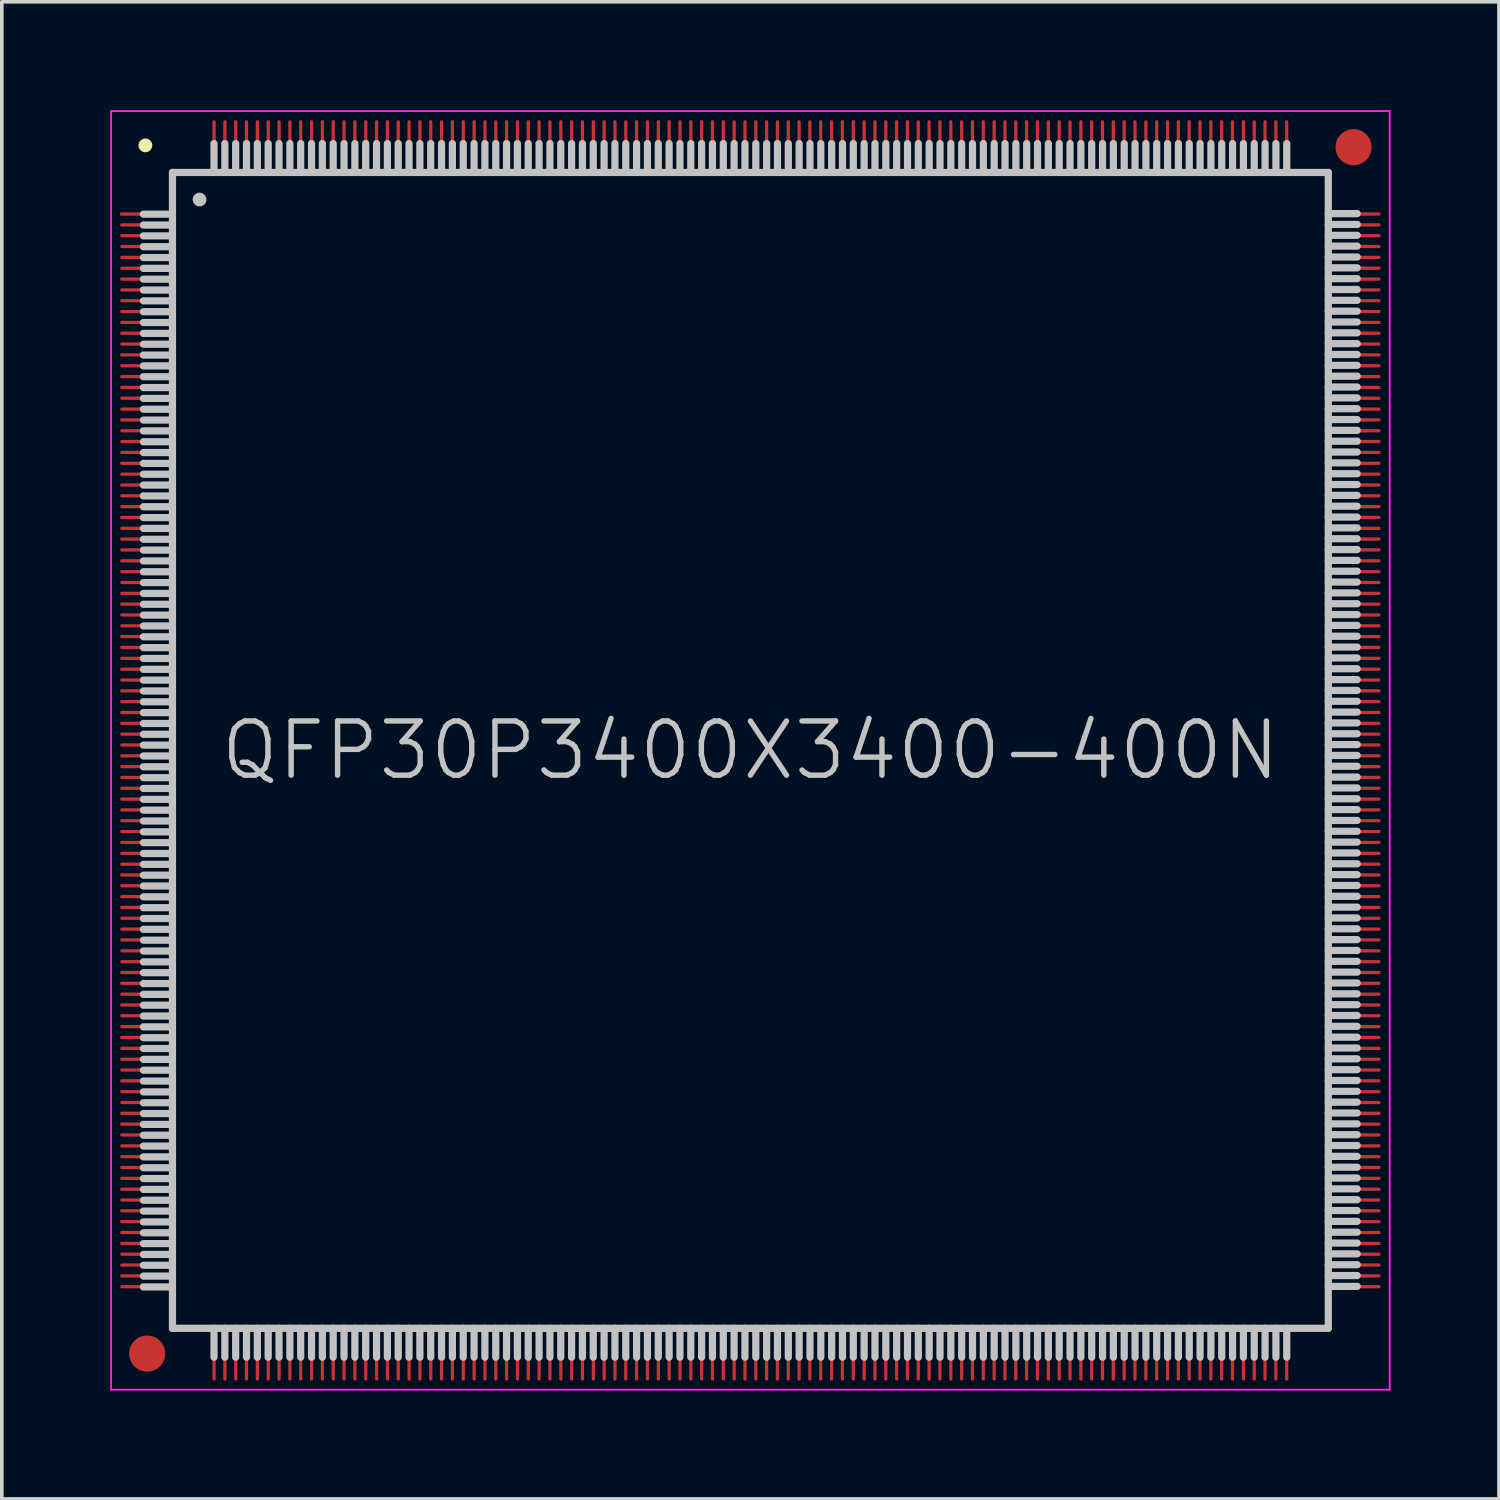
<source format=kicad_pcb>
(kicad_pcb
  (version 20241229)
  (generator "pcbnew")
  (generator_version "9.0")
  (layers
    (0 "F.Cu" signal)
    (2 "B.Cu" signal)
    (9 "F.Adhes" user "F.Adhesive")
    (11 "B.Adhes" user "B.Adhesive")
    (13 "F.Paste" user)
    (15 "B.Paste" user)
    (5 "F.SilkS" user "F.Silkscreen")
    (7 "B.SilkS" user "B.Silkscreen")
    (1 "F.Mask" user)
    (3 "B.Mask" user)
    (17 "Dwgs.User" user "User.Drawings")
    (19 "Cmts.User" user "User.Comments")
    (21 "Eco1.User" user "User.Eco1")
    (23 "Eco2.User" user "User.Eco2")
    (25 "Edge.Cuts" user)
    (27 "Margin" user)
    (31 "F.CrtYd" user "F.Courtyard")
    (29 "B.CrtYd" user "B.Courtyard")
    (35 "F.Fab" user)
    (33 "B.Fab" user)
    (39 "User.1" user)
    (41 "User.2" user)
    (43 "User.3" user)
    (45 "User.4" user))
  (footprint "QFP30P3400X3400-400N"
    (layer "F.Cu")
    (at 17.725 17.725)
    (property "Reference" "QFP30P3400X3400-400N" (at 0 0 0) (layer "Dwgs.User") (effects (font (size 1.5 1.5) (thickness 0.15))))
    (attr smd)
    (fp_line (start -16.75 -16.75) (end -16.75 -16.75) (stroke (width 0.381) (type solid)) (layer "F.SilkS"))
    (fp_line (start -16.005 -14.845) (end -16.805 -14.845) (stroke (width 0.2) (type solid)) (layer "Dwgs.User"))
    (fp_line (start -16.005 -14.545) (end -16.805 -14.545) (stroke (width 0.2) (type solid)) (layer "Dwgs.User"))
    (fp_line (start -16.005 -14.245) (end -16.805 -14.245) (stroke (width 0.2) (type solid)) (layer "Dwgs.User"))
    (fp_line (start -16.005 -13.945) (end -16.805 -13.945) (stroke (width 0.2) (type solid)) (layer "Dwgs.User"))
    (fp_line (start -16.005 -13.645) (end -16.805 -13.645) (stroke (width 0.2) (type solid)) (layer "Dwgs.User"))
    (fp_line (start -16.005 -13.345) (end -16.805 -13.345) (stroke (width 0.2) (type solid)) (layer "Dwgs.User"))
    (fp_line (start -16.005 -13.045) (end -16.805 -13.045) (stroke (width 0.2) (type solid)) (layer "Dwgs.User"))
    (fp_line (start -16.005 -12.745) (end -16.805 -12.745) (stroke (width 0.2) (type solid)) (layer "Dwgs.User"))
    (fp_line (start -16.005 -12.445) (end -16.805 -12.445) (stroke (width 0.2) (type solid)) (layer "Dwgs.User"))
    (fp_line (start -16.005 -12.145) (end -16.805 -12.145) (stroke (width 0.2) (type solid)) (layer "Dwgs.User"))
    (fp_line (start -16.005 -11.845) (end -16.805 -11.845) (stroke (width 0.2) (type solid)) (layer "Dwgs.User"))
    (fp_line (start -16.005 -11.545) (end -16.805 -11.545) (stroke (width 0.2) (type solid)) (layer "Dwgs.User"))
    (fp_line (start -16.005 -11.245) (end -16.805 -11.245) (stroke (width 0.2) (type solid)) (layer "Dwgs.User"))
    (fp_line (start -16.005 -10.945) (end -16.805 -10.945) (stroke (width 0.2) (type solid)) (layer "Dwgs.User"))
    (fp_line (start -16.005 -10.645) (end -16.805 -10.645) (stroke (width 0.2) (type solid)) (layer "Dwgs.User"))
    (fp_line (start -16.005 -10.345) (end -16.805 -10.345) (stroke (width 0.2) (type solid)) (layer "Dwgs.User"))
    (fp_line (start -16.005 -10.045) (end -16.805 -10.045) (stroke (width 0.2) (type solid)) (layer "Dwgs.User"))
    (fp_line (start -16.005 -9.745) (end -16.805 -9.745) (stroke (width 0.2) (type solid)) (layer "Dwgs.User"))
    (fp_line (start -16.005 -9.445) (end -16.805 -9.445) (stroke (width 0.2) (type solid)) (layer "Dwgs.User"))
    (fp_line (start -16.005 -9.145) (end -16.805 -9.145) (stroke (width 0.2) (type solid)) (layer "Dwgs.User"))
    (fp_line (start -16.005 -8.845) (end -16.805 -8.845) (stroke (width 0.2) (type solid)) (layer "Dwgs.User"))
    (fp_line (start -16.005 -8.545) (end -16.805 -8.545) (stroke (width 0.2) (type solid)) (layer "Dwgs.User"))
    (fp_line (start -16.005 -8.245) (end -16.805 -8.245) (stroke (width 0.2) (type solid)) (layer "Dwgs.User"))
    (fp_line (start -16.005 -7.945) (end -16.805 -7.945) (stroke (width 0.2) (type solid)) (layer "Dwgs.User"))
    (fp_line (start -16.005 -7.645) (end -16.805 -7.645) (stroke (width 0.2) (type solid)) (layer "Dwgs.User"))
    (fp_line (start -16.005 -7.345) (end -16.805 -7.345) (stroke (width 0.2) (type solid)) (layer "Dwgs.User"))
    (fp_line (start -16.005 -7.045) (end -16.805 -7.045) (stroke (width 0.2) (type solid)) (layer "Dwgs.User"))
    (fp_line (start -16.005 -6.745) (end -16.805 -6.745) (stroke (width 0.2) (type solid)) (layer "Dwgs.User"))
    (fp_line (start -16.005 -6.445) (end -16.805 -6.445) (stroke (width 0.2) (type solid)) (layer "Dwgs.User"))
    (fp_line (start -16.005 -6.145) (end -16.805 -6.145) (stroke (width 0.2) (type solid)) (layer "Dwgs.User"))
    (fp_line (start -16.005 -5.845) (end -16.805 -5.845) (stroke (width 0.2) (type solid)) (layer "Dwgs.User"))
    (fp_line (start -16.005 -5.545) (end -16.805 -5.545) (stroke (width 0.2) (type solid)) (layer "Dwgs.User"))
    (fp_line (start -16.005 -5.245) (end -16.805 -5.245) (stroke (width 0.2) (type solid)) (layer "Dwgs.User"))
    (fp_line (start -16.005 -4.945) (end -16.805 -4.945) (stroke (width 0.2) (type solid)) (layer "Dwgs.User"))
    (fp_line (start -16.005 -4.645) (end -16.805 -4.645) (stroke (width 0.2) (type solid)) (layer "Dwgs.User"))
    (fp_line (start -16.005 -4.345) (end -16.805 -4.345) (stroke (width 0.2) (type solid)) (layer "Dwgs.User"))
    (fp_line (start -16.005 -4.045) (end -16.805 -4.045) (stroke (width 0.2) (type solid)) (layer "Dwgs.User"))
    (fp_line (start -16.005 -3.745) (end -16.805 -3.745) (stroke (width 0.2) (type solid)) (layer "Dwgs.User"))
    (fp_line (start -16.005 -3.445) (end -16.805 -3.445) (stroke (width 0.2) (type solid)) (layer "Dwgs.User"))
    (fp_line (start -16.005 -3.145) (end -16.805 -3.145) (stroke (width 0.2) (type solid)) (layer "Dwgs.User"))
    (fp_line (start -16.005 -2.845) (end -16.805 -2.845) (stroke (width 0.2) (type solid)) (layer "Dwgs.User"))
    (fp_line (start -16.005 -2.545) (end -16.805 -2.545) (stroke (width 0.2) (type solid)) (layer "Dwgs.User"))
    (fp_line (start -16.005 -2.245) (end -16.805 -2.245) (stroke (width 0.2) (type solid)) (layer "Dwgs.User"))
    (fp_line (start -16.005 -1.945) (end -16.805 -1.945) (stroke (width 0.2) (type solid)) (layer "Dwgs.User"))
    (fp_line (start -16.005 -1.645) (end -16.805 -1.645) (stroke (width 0.2) (type solid)) (layer "Dwgs.User"))
    (fp_line (start -16.005 -1.345) (end -16.805 -1.345) (stroke (width 0.2) (type solid)) (layer "Dwgs.User"))
    (fp_line (start -16.005 -1.045) (end -16.805 -1.045) (stroke (width 0.2) (type solid)) (layer "Dwgs.User"))
    (fp_line (start -16.005 -0.745) (end -16.805 -0.745) (stroke (width 0.2) (type solid)) (layer "Dwgs.User"))
    (fp_line (start -16.005 -0.445) (end -16.805 -0.445) (stroke (width 0.2) (type solid)) (layer "Dwgs.User"))
    (fp_line (start -16.005 -0.145) (end -16.805 -0.145) (stroke (width 0.2) (type solid)) (layer "Dwgs.User"))
    (fp_line (start -16.005 0.155) (end -16.805 0.155) (stroke (width 0.2) (type solid)) (layer "Dwgs.User"))
    (fp_line (start -16.005 0.455) (end -16.805 0.455) (stroke (width 0.2) (type solid)) (layer "Dwgs.User"))
    (fp_line (start -16.005 0.755) (end -16.805 0.755) (stroke (width 0.2) (type solid)) (layer "Dwgs.User"))
    (fp_line (start -16.005 1.055) (end -16.805 1.055) (stroke (width 0.2) (type solid)) (layer "Dwgs.User"))
    (fp_line (start -16.005 1.355) (end -16.805 1.355) (stroke (width 0.2) (type solid)) (layer "Dwgs.User"))
    (fp_line (start -16.005 1.655) (end -16.805 1.655) (stroke (width 0.2) (type solid)) (layer "Dwgs.User"))
    (fp_line (start -16.005 1.955) (end -16.805 1.955) (stroke (width 0.2) (type solid)) (layer "Dwgs.User"))
    (fp_line (start -16.005 2.255) (end -16.805 2.255) (stroke (width 0.2) (type solid)) (layer "Dwgs.User"))
    (fp_line (start -16.005 2.555) (end -16.805 2.555) (stroke (width 0.2) (type solid)) (layer "Dwgs.User"))
    (fp_line (start -16.005 2.855) (end -16.805 2.855) (stroke (width 0.2) (type solid)) (layer "Dwgs.User"))
    (fp_line (start -16.005 3.155) (end -16.805 3.155) (stroke (width 0.2) (type solid)) (layer "Dwgs.User"))
    (fp_line (start -16.005 3.455) (end -16.805 3.455) (stroke (width 0.2) (type solid)) (layer "Dwgs.User"))
    (fp_line (start -16.005 3.755) (end -16.805 3.755) (stroke (width 0.2) (type solid)) (layer "Dwgs.User"))
    (fp_line (start -16.005 4.055) (end -16.805 4.055) (stroke (width 0.2) (type solid)) (layer "Dwgs.User"))
    (fp_line (start -16.005 4.355) (end -16.805 4.355) (stroke (width 0.2) (type solid)) (layer "Dwgs.User"))
    (fp_line (start -16.005 4.655) (end -16.805 4.655) (stroke (width 0.2) (type solid)) (layer "Dwgs.User"))
    (fp_line (start -16.005 4.955) (end -16.805 4.955) (stroke (width 0.2) (type solid)) (layer "Dwgs.User"))
    (fp_line (start -16.005 5.255) (end -16.805 5.255) (stroke (width 0.2) (type solid)) (layer "Dwgs.User"))
    (fp_line (start -16.005 5.555) (end -16.805 5.555) (stroke (width 0.2) (type solid)) (layer "Dwgs.User"))
    (fp_line (start -16.005 5.855) (end -16.805 5.855) (stroke (width 0.2) (type solid)) (layer "Dwgs.User"))
    (fp_line (start -16.005 6.155) (end -16.805 6.155) (stroke (width 0.2) (type solid)) (layer "Dwgs.User"))
    (fp_line (start -16.005 6.455) (end -16.805 6.455) (stroke (width 0.2) (type solid)) (layer "Dwgs.User"))
    (fp_line (start -16.005 6.755) (end -16.805 6.755) (stroke (width 0.2) (type solid)) (layer "Dwgs.User"))
    (fp_line (start -16.005 7.055) (end -16.805 7.055) (stroke (width 0.2) (type solid)) (layer "Dwgs.User"))
    (fp_line (start -16.005 7.355) (end -16.805 7.355) (stroke (width 0.2) (type solid)) (layer "Dwgs.User"))
    (fp_line (start -16.005 7.655) (end -16.805 7.655) (stroke (width 0.2) (type solid)) (layer "Dwgs.User"))
    (fp_line (start -16.005 7.955) (end -16.805 7.955) (stroke (width 0.2) (type solid)) (layer "Dwgs.User"))
    (fp_line (start -16.005 8.255) (end -16.805 8.255) (stroke (width 0.2) (type solid)) (layer "Dwgs.User"))
    (fp_line (start -16.005 8.555) (end -16.805 8.555) (stroke (width 0.2) (type solid)) (layer "Dwgs.User"))
    (fp_line (start -16.005 8.855) (end -16.805 8.855) (stroke (width 0.2) (type solid)) (layer "Dwgs.User"))
    (fp_line (start -16.005 9.155) (end -16.805 9.155) (stroke (width 0.2) (type solid)) (layer "Dwgs.User"))
    (fp_line (start -16.005 9.455) (end -16.805 9.455) (stroke (width 0.2) (type solid)) (layer "Dwgs.User"))
    (fp_line (start -16.005 9.755) (end -16.805 9.755) (stroke (width 0.2) (type solid)) (layer "Dwgs.User"))
    (fp_line (start -16.005 10.055) (end -16.805 10.055) (stroke (width 0.2) (type solid)) (layer "Dwgs.User"))
    (fp_line (start -16.005 10.355) (end -16.805 10.355) (stroke (width 0.2) (type solid)) (layer "Dwgs.User"))
    (fp_line (start -16.005 10.655) (end -16.805 10.655) (stroke (width 0.2) (type solid)) (layer "Dwgs.User"))
    (fp_line (start -16.005 10.955) (end -16.805 10.955) (stroke (width 0.2) (type solid)) (layer "Dwgs.User"))
    (fp_line (start -16.005 11.255) (end -16.805 11.255) (stroke (width 0.2) (type solid)) (layer "Dwgs.User"))
    (fp_line (start -16.005 11.555) (end -16.805 11.555) (stroke (width 0.2) (type solid)) (layer "Dwgs.User"))
    (fp_line (start -16.005 11.855) (end -16.805 11.855) (stroke (width 0.2) (type solid)) (layer "Dwgs.User"))
    (fp_line (start -16.005 12.155) (end -16.805 12.155) (stroke (width 0.2) (type solid)) (layer "Dwgs.User"))
    (fp_line (start -16.005 12.455) (end -16.805 12.455) (stroke (width 0.2) (type solid)) (layer "Dwgs.User"))
    (fp_line (start -16.005 12.755) (end -16.805 12.755) (stroke (width 0.2) (type solid)) (layer "Dwgs.User"))
    (fp_line (start -16.005 13.055) (end -16.805 13.055) (stroke (width 0.2) (type solid)) (layer "Dwgs.User"))
    (fp_line (start -16.005 13.355) (end -16.805 13.355) (stroke (width 0.2) (type solid)) (layer "Dwgs.User"))
    (fp_line (start -16.005 13.655) (end -16.805 13.655) (stroke (width 0.2) (type solid)) (layer "Dwgs.User"))
    (fp_line (start -16.005 13.955) (end -16.805 13.955) (stroke (width 0.2) (type solid)) (layer "Dwgs.User"))
    (fp_line (start -16.005 14.255) (end -16.805 14.255) (stroke (width 0.2) (type solid)) (layer "Dwgs.User"))
    (fp_line (start -16.005 14.555) (end -16.805 14.555) (stroke (width 0.2) (type solid)) (layer "Dwgs.User"))
    (fp_line (start -16.005 14.855) (end -16.805 14.855) (stroke (width 0.2) (type solid)) (layer "Dwgs.User"))
    (fp_line (start -16 -16) (end -16 16) (stroke (width 0.2) (type solid)) (layer "Dwgs.User"))
    (fp_line (start -16 -16) (end 16 -16) (stroke (width 0.2) (type solid)) (layer "Dwgs.User"))
    (fp_line (start -16 16) (end 16 16) (stroke (width 0.2) (type solid)) (layer "Dwgs.User"))
    (fp_line (start -15.25 -15.25) (end -15.25 -15.25) (stroke (width 0.381) (type solid)) (layer "Dwgs.User"))
    (fp_line (start -14.85 -16) (end -14.85 -16.8) (stroke (width 0.2) (type solid)) (layer "Dwgs.User"))
    (fp_line (start -14.85 16.8) (end -14.85 16) (stroke (width 0.2) (type solid)) (layer "Dwgs.User"))
    (fp_line (start -14.55 -16) (end -14.55 -16.8) (stroke (width 0.2) (type solid)) (layer "Dwgs.User"))
    (fp_line (start -14.55 16.8) (end -14.55 16) (stroke (width 0.2) (type solid)) (layer "Dwgs.User"))
    (fp_line (start -14.25 -16) (end -14.25 -16.8) (stroke (width 0.2) (type solid)) (layer "Dwgs.User"))
    (fp_line (start -14.25 16.8) (end -14.25 16) (stroke (width 0.2) (type solid)) (layer "Dwgs.User"))
    (fp_line (start -13.95 -16) (end -13.95 -16.8) (stroke (width 0.2) (type solid)) (layer "Dwgs.User"))
    (fp_line (start -13.95 16.8) (end -13.95 16) (stroke (width 0.2) (type solid)) (layer "Dwgs.User"))
    (fp_line (start -13.65 -16) (end -13.65 -16.8) (stroke (width 0.2) (type solid)) (layer "Dwgs.User"))
    (fp_line (start -13.65 16.8) (end -13.65 16) (stroke (width 0.2) (type solid)) (layer "Dwgs.User"))
    (fp_line (start -13.35 -16) (end -13.35 -16.8) (stroke (width 0.2) (type solid)) (layer "Dwgs.User"))
    (fp_line (start -13.35 16.8) (end -13.35 16) (stroke (width 0.2) (type solid)) (layer "Dwgs.User"))
    (fp_line (start -13.05 -16) (end -13.05 -16.8) (stroke (width 0.2) (type solid)) (layer "Dwgs.User"))
    (fp_line (start -13.05 16.8) (end -13.05 16) (stroke (width 0.2) (type solid)) (layer "Dwgs.User"))
    (fp_line (start -12.75 -16) (end -12.75 -16.8) (stroke (width 0.2) (type solid)) (layer "Dwgs.User"))
    (fp_line (start -12.75 16.8) (end -12.75 16) (stroke (width 0.2) (type solid)) (layer "Dwgs.User"))
    (fp_line (start -12.45 -16) (end -12.45 -16.8) (stroke (width 0.2) (type solid)) (layer "Dwgs.User"))
    (fp_line (start -12.45 16.8) (end -12.45 16) (stroke (width 0.2) (type solid)) (layer "Dwgs.User"))
    (fp_line (start -12.15 -16) (end -12.15 -16.8) (stroke (width 0.2) (type solid)) (layer "Dwgs.User"))
    (fp_line (start -12.15 16.8) (end -12.15 16) (stroke (width 0.2) (type solid)) (layer "Dwgs.User"))
    (fp_line (start -11.85 -16) (end -11.85 -16.8) (stroke (width 0.2) (type solid)) (layer "Dwgs.User"))
    (fp_line (start -11.85 16.8) (end -11.85 16) (stroke (width 0.2) (type solid)) (layer "Dwgs.User"))
    (fp_line (start -11.55 -16) (end -11.55 -16.8) (stroke (width 0.2) (type solid)) (layer "Dwgs.User"))
    (fp_line (start -11.55 16.8) (end -11.55 16) (stroke (width 0.2) (type solid)) (layer "Dwgs.User"))
    (fp_line (start -11.25 -16) (end -11.25 -16.8) (stroke (width 0.2) (type solid)) (layer "Dwgs.User"))
    (fp_line (start -11.25 16.8) (end -11.25 16) (stroke (width 0.2) (type solid)) (layer "Dwgs.User"))
    (fp_line (start -10.95 -16) (end -10.95 -16.8) (stroke (width 0.2) (type solid)) (layer "Dwgs.User"))
    (fp_line (start -10.95 16.8) (end -10.95 16) (stroke (width 0.2) (type solid)) (layer "Dwgs.User"))
    (fp_line (start -10.65 -16) (end -10.65 -16.8) (stroke (width 0.2) (type solid)) (layer "Dwgs.User"))
    (fp_line (start -10.65 16.8) (end -10.65 16) (stroke (width 0.2) (type solid)) (layer "Dwgs.User"))
    (fp_line (start -10.35 -16) (end -10.35 -16.8) (stroke (width 0.2) (type solid)) (layer "Dwgs.User"))
    (fp_line (start -10.35 16.8) (end -10.35 16) (stroke (width 0.2) (type solid)) (layer "Dwgs.User"))
    (fp_line (start -10.05 -16) (end -10.05 -16.8) (stroke (width 0.2) (type solid)) (layer "Dwgs.User"))
    (fp_line (start -10.05 16.8) (end -10.05 16) (stroke (width 0.2) (type solid)) (layer "Dwgs.User"))
    (fp_line (start -9.75 -16) (end -9.75 -16.8) (stroke (width 0.2) (type solid)) (layer "Dwgs.User"))
    (fp_line (start -9.75 16.8) (end -9.75 16) (stroke (width 0.2) (type solid)) (layer "Dwgs.User"))
    (fp_line (start -9.45 -16) (end -9.45 -16.8) (stroke (width 0.2) (type solid)) (layer "Dwgs.User"))
    (fp_line (start -9.45 16.8) (end -9.45 16) (stroke (width 0.2) (type solid)) (layer "Dwgs.User"))
    (fp_line (start -9.15 -16) (end -9.15 -16.8) (stroke (width 0.2) (type solid)) (layer "Dwgs.User"))
    (fp_line (start -9.15 16.8) (end -9.15 16) (stroke (width 0.2) (type solid)) (layer "Dwgs.User"))
    (fp_line (start -8.85 -16) (end -8.85 -16.8) (stroke (width 0.2) (type solid)) (layer "Dwgs.User"))
    (fp_line (start -8.85 16.8) (end -8.85 16) (stroke (width 0.2) (type solid)) (layer "Dwgs.User"))
    (fp_line (start -8.55 -16) (end -8.55 -16.8) (stroke (width 0.2) (type solid)) (layer "Dwgs.User"))
    (fp_line (start -8.55 16.8) (end -8.55 16) (stroke (width 0.2) (type solid)) (layer "Dwgs.User"))
    (fp_line (start -8.25 -16) (end -8.25 -16.8) (stroke (width 0.2) (type solid)) (layer "Dwgs.User"))
    (fp_line (start -8.25 16.8) (end -8.25 16) (stroke (width 0.2) (type solid)) (layer "Dwgs.User"))
    (fp_line (start -7.95 -16) (end -7.95 -16.8) (stroke (width 0.2) (type solid)) (layer "Dwgs.User"))
    (fp_line (start -7.95 16.8) (end -7.95 16) (stroke (width 0.2) (type solid)) (layer "Dwgs.User"))
    (fp_line (start -7.65 -16) (end -7.65 -16.8) (stroke (width 0.2) (type solid)) (layer "Dwgs.User"))
    (fp_line (start -7.65 16.8) (end -7.65 16) (stroke (width 0.2) (type solid)) (layer "Dwgs.User"))
    (fp_line (start -7.35 -16) (end -7.35 -16.8) (stroke (width 0.2) (type solid)) (layer "Dwgs.User"))
    (fp_line (start -7.35 16.8) (end -7.35 16) (stroke (width 0.2) (type solid)) (layer "Dwgs.User"))
    (fp_line (start -7.05 -16) (end -7.05 -16.8) (stroke (width 0.2) (type solid)) (layer "Dwgs.User"))
    (fp_line (start -7.05 16.8) (end -7.05 16) (stroke (width 0.2) (type solid)) (layer "Dwgs.User"))
    (fp_line (start -6.75 -16) (end -6.75 -16.8) (stroke (width 0.2) (type solid)) (layer "Dwgs.User"))
    (fp_line (start -6.75 16.8) (end -6.75 16) (stroke (width 0.2) (type solid)) (layer "Dwgs.User"))
    (fp_line (start -6.45 -16) (end -6.45 -16.8) (stroke (width 0.2) (type solid)) (layer "Dwgs.User"))
    (fp_line (start -6.45 16.8) (end -6.45 16) (stroke (width 0.2) (type solid)) (layer "Dwgs.User"))
    (fp_line (start -6.15 -16) (end -6.15 -16.8) (stroke (width 0.2) (type solid)) (layer "Dwgs.User"))
    (fp_line (start -6.15 16.8) (end -6.15 16) (stroke (width 0.2) (type solid)) (layer "Dwgs.User"))
    (fp_line (start -5.85 -16) (end -5.85 -16.8) (stroke (width 0.2) (type solid)) (layer "Dwgs.User"))
    (fp_line (start -5.85 16.8) (end -5.85 16) (stroke (width 0.2) (type solid)) (layer "Dwgs.User"))
    (fp_line (start -5.55 -16) (end -5.55 -16.8) (stroke (width 0.2) (type solid)) (layer "Dwgs.User"))
    (fp_line (start -5.55 16.8) (end -5.55 16) (stroke (width 0.2) (type solid)) (layer "Dwgs.User"))
    (fp_line (start -5.25 -16) (end -5.25 -16.8) (stroke (width 0.2) (type solid)) (layer "Dwgs.User"))
    (fp_line (start -5.25 16.8) (end -5.25 16) (stroke (width 0.2) (type solid)) (layer "Dwgs.User"))
    (fp_line (start -4.95 -16) (end -4.95 -16.8) (stroke (width 0.2) (type solid)) (layer "Dwgs.User"))
    (fp_line (start -4.95 16.8) (end -4.95 16) (stroke (width 0.2) (type solid)) (layer "Dwgs.User"))
    (fp_line (start -4.65 -16) (end -4.65 -16.8) (stroke (width 0.2) (type solid)) (layer "Dwgs.User"))
    (fp_line (start -4.65 16.8) (end -4.65 16) (stroke (width 0.2) (type solid)) (layer "Dwgs.User"))
    (fp_line (start -4.35 -16) (end -4.35 -16.8) (stroke (width 0.2) (type solid)) (layer "Dwgs.User"))
    (fp_line (start -4.35 16.8) (end -4.35 16) (stroke (width 0.2) (type solid)) (layer "Dwgs.User"))
    (fp_line (start -4.05 -16) (end -4.05 -16.8) (stroke (width 0.2) (type solid)) (layer "Dwgs.User"))
    (fp_line (start -4.05 16.8) (end -4.05 16) (stroke (width 0.2) (type solid)) (layer "Dwgs.User"))
    (fp_line (start -3.75 -16) (end -3.75 -16.8) (stroke (width 0.2) (type solid)) (layer "Dwgs.User"))
    (fp_line (start -3.75 16.8) (end -3.75 16) (stroke (width 0.2) (type solid)) (layer "Dwgs.User"))
    (fp_line (start -3.45 -16) (end -3.45 -16.8) (stroke (width 0.2) (type solid)) (layer "Dwgs.User"))
    (fp_line (start -3.45 16.8) (end -3.45 16) (stroke (width 0.2) (type solid)) (layer "Dwgs.User"))
    (fp_line (start -3.15 -16) (end -3.15 -16.8) (stroke (width 0.2) (type solid)) (layer "Dwgs.User"))
    (fp_line (start -3.15 16.8) (end -3.15 16) (stroke (width 0.2) (type solid)) (layer "Dwgs.User"))
    (fp_line (start -2.85 -16) (end -2.85 -16.8) (stroke (width 0.2) (type solid)) (layer "Dwgs.User"))
    (fp_line (start -2.85 16.8) (end -2.85 16) (stroke (width 0.2) (type solid)) (layer "Dwgs.User"))
    (fp_line (start -2.55 -16) (end -2.55 -16.8) (stroke (width 0.2) (type solid)) (layer "Dwgs.User"))
    (fp_line (start -2.55 16.8) (end -2.55 16) (stroke (width 0.2) (type solid)) (layer "Dwgs.User"))
    (fp_line (start -2.25 -16) (end -2.25 -16.8) (stroke (width 0.2) (type solid)) (layer "Dwgs.User"))
    (fp_line (start -2.25 16.8) (end -2.25 16) (stroke (width 0.2) (type solid)) (layer "Dwgs.User"))
    (fp_line (start -1.95 -16) (end -1.95 -16.8) (stroke (width 0.2) (type solid)) (layer "Dwgs.User"))
    (fp_line (start -1.95 16.8) (end -1.95 16) (stroke (width 0.2) (type solid)) (layer "Dwgs.User"))
    (fp_line (start -1.65 -16) (end -1.65 -16.8) (stroke (width 0.2) (type solid)) (layer "Dwgs.User"))
    (fp_line (start -1.65 16.8) (end -1.65 16) (stroke (width 0.2) (type solid)) (layer "Dwgs.User"))
    (fp_line (start -1.35 -16) (end -1.35 -16.8) (stroke (width 0.2) (type solid)) (layer "Dwgs.User"))
    (fp_line (start -1.35 16.8) (end -1.35 16) (stroke (width 0.2) (type solid)) (layer "Dwgs.User"))
    (fp_line (start -1.05 -16) (end -1.05 -16.8) (stroke (width 0.2) (type solid)) (layer "Dwgs.User"))
    (fp_line (start -1.05 16.8) (end -1.05 16) (stroke (width 0.2) (type solid)) (layer "Dwgs.User"))
    (fp_line (start -0.75 -16) (end -0.75 -16.8) (stroke (width 0.2) (type solid)) (layer "Dwgs.User"))
    (fp_line (start -0.75 16.8) (end -0.75 16) (stroke (width 0.2) (type solid)) (layer "Dwgs.User"))
    (fp_line (start -0.45 -16) (end -0.45 -16.8) (stroke (width 0.2) (type solid)) (layer "Dwgs.User"))
    (fp_line (start -0.45 16.8) (end -0.45 16) (stroke (width 0.2) (type solid)) (layer "Dwgs.User"))
    (fp_line (start -0.15 -16) (end -0.15 -16.8) (stroke (width 0.2) (type solid)) (layer "Dwgs.User"))
    (fp_line (start -0.15 16.8) (end -0.15 16) (stroke (width 0.2) (type solid)) (layer "Dwgs.User"))
    (fp_line (start 0.15 -16) (end 0.15 -16.8) (stroke (width 0.2) (type solid)) (layer "Dwgs.User"))
    (fp_line (start 0.15 16.8) (end 0.15 16) (stroke (width 0.2) (type solid)) (layer "Dwgs.User"))
    (fp_line (start 0.45 -16) (end 0.45 -16.8) (stroke (width 0.2) (type solid)) (layer "Dwgs.User"))
    (fp_line (start 0.45 16.8) (end 0.45 16) (stroke (width 0.2) (type solid)) (layer "Dwgs.User"))
    (fp_line (start 0.75 -16) (end 0.75 -16.8) (stroke (width 0.2) (type solid)) (layer "Dwgs.User"))
    (fp_line (start 0.75 16.8) (end 0.75 16) (stroke (width 0.2) (type solid)) (layer "Dwgs.User"))
    (fp_line (start 1.05 -16) (end 1.05 -16.8) (stroke (width 0.2) (type solid)) (layer "Dwgs.User"))
    (fp_line (start 1.05 16.8) (end 1.05 16) (stroke (width 0.2) (type solid)) (layer "Dwgs.User"))
    (fp_line (start 1.35 -16) (end 1.35 -16.8) (stroke (width 0.2) (type solid)) (layer "Dwgs.User"))
    (fp_line (start 1.35 16.8) (end 1.35 16) (stroke (width 0.2) (type solid)) (layer "Dwgs.User"))
    (fp_line (start 1.65 -16) (end 1.65 -16.8) (stroke (width 0.2) (type solid)) (layer "Dwgs.User"))
    (fp_line (start 1.65 16.8) (end 1.65 16) (stroke (width 0.2) (type solid)) (layer "Dwgs.User"))
    (fp_line (start 1.95 -16) (end 1.95 -16.8) (stroke (width 0.2) (type solid)) (layer "Dwgs.User"))
    (fp_line (start 1.95 16.8) (end 1.95 16) (stroke (width 0.2) (type solid)) (layer "Dwgs.User"))
    (fp_line (start 2.25 -16) (end 2.25 -16.8) (stroke (width 0.2) (type solid)) (layer "Dwgs.User"))
    (fp_line (start 2.25 16.8) (end 2.25 16) (stroke (width 0.2) (type solid)) (layer "Dwgs.User"))
    (fp_line (start 2.55 -16) (end 2.55 -16.8) (stroke (width 0.2) (type solid)) (layer "Dwgs.User"))
    (fp_line (start 2.55 16.8) (end 2.55 16) (stroke (width 0.2) (type solid)) (layer "Dwgs.User"))
    (fp_line (start 2.85 -16) (end 2.85 -16.8) (stroke (width 0.2) (type solid)) (layer "Dwgs.User"))
    (fp_line (start 2.85 16.8) (end 2.85 16) (stroke (width 0.2) (type solid)) (layer "Dwgs.User"))
    (fp_line (start 3.15 -16) (end 3.15 -16.8) (stroke (width 0.2) (type solid)) (layer "Dwgs.User"))
    (fp_line (start 3.15 16.8) (end 3.15 16) (stroke (width 0.2) (type solid)) (layer "Dwgs.User"))
    (fp_line (start 3.45 -16) (end 3.45 -16.8) (stroke (width 0.2) (type solid)) (layer "Dwgs.User"))
    (fp_line (start 3.45 16.8) (end 3.45 16) (stroke (width 0.2) (type solid)) (layer "Dwgs.User"))
    (fp_line (start 3.75 -16) (end 3.75 -16.8) (stroke (width 0.2) (type solid)) (layer "Dwgs.User"))
    (fp_line (start 3.75 16.8) (end 3.75 16) (stroke (width 0.2) (type solid)) (layer "Dwgs.User"))
    (fp_line (start 4.05 -16) (end 4.05 -16.8) (stroke (width 0.2) (type solid)) (layer "Dwgs.User"))
    (fp_line (start 4.05 16.8) (end 4.05 16) (stroke (width 0.2) (type solid)) (layer "Dwgs.User"))
    (fp_line (start 4.35 -16) (end 4.35 -16.8) (stroke (width 0.2) (type solid)) (layer "Dwgs.User"))
    (fp_line (start 4.35 16.8) (end 4.35 16) (stroke (width 0.2) (type solid)) (layer "Dwgs.User"))
    (fp_line (start 4.65 -16) (end 4.65 -16.8) (stroke (width 0.2) (type solid)) (layer "Dwgs.User"))
    (fp_line (start 4.65 16.8) (end 4.65 16) (stroke (width 0.2) (type solid)) (layer "Dwgs.User"))
    (fp_line (start 4.95 -16) (end 4.95 -16.8) (stroke (width 0.2) (type solid)) (layer "Dwgs.User"))
    (fp_line (start 4.95 16.8) (end 4.95 16) (stroke (width 0.2) (type solid)) (layer "Dwgs.User"))
    (fp_line (start 5.25 -16) (end 5.25 -16.8) (stroke (width 0.2) (type solid)) (layer "Dwgs.User"))
    (fp_line (start 5.25 16.8) (end 5.25 16) (stroke (width 0.2) (type solid)) (layer "Dwgs.User"))
    (fp_line (start 5.55 -16) (end 5.55 -16.8) (stroke (width 0.2) (type solid)) (layer "Dwgs.User"))
    (fp_line (start 5.55 16.8) (end 5.55 16) (stroke (width 0.2) (type solid)) (layer "Dwgs.User"))
    (fp_line (start 5.85 -16) (end 5.85 -16.8) (stroke (width 0.2) (type solid)) (layer "Dwgs.User"))
    (fp_line (start 5.85 16.8) (end 5.85 16) (stroke (width 0.2) (type solid)) (layer "Dwgs.User"))
    (fp_line (start 6.15 -16) (end 6.15 -16.8) (stroke (width 0.2) (type solid)) (layer "Dwgs.User"))
    (fp_line (start 6.15 16.8) (end 6.15 16) (stroke (width 0.2) (type solid)) (layer "Dwgs.User"))
    (fp_line (start 6.45 -16) (end 6.45 -16.8) (stroke (width 0.2) (type solid)) (layer "Dwgs.User"))
    (fp_line (start 6.45 16.8) (end 6.45 16) (stroke (width 0.2) (type solid)) (layer "Dwgs.User"))
    (fp_line (start 6.75 -16) (end 6.75 -16.8) (stroke (width 0.2) (type solid)) (layer "Dwgs.User"))
    (fp_line (start 6.75 16.8) (end 6.75 16) (stroke (width 0.2) (type solid)) (layer "Dwgs.User"))
    (fp_line (start 7.05 -16) (end 7.05 -16.8) (stroke (width 0.2) (type solid)) (layer "Dwgs.User"))
    (fp_line (start 7.05 16.8) (end 7.05 16) (stroke (width 0.2) (type solid)) (layer "Dwgs.User"))
    (fp_line (start 7.35 -16) (end 7.35 -16.8) (stroke (width 0.2) (type solid)) (layer "Dwgs.User"))
    (fp_line (start 7.35 16.8) (end 7.35 16) (stroke (width 0.2) (type solid)) (layer "Dwgs.User"))
    (fp_line (start 7.65 -16) (end 7.65 -16.8) (stroke (width 0.2) (type solid)) (layer "Dwgs.User"))
    (fp_line (start 7.65 16.8) (end 7.65 16) (stroke (width 0.2) (type solid)) (layer "Dwgs.User"))
    (fp_line (start 7.95 -16) (end 7.95 -16.8) (stroke (width 0.2) (type solid)) (layer "Dwgs.User"))
    (fp_line (start 7.95 16.8) (end 7.95 16) (stroke (width 0.2) (type solid)) (layer "Dwgs.User"))
    (fp_line (start 8.25 -16) (end 8.25 -16.8) (stroke (width 0.2) (type solid)) (layer "Dwgs.User"))
    (fp_line (start 8.25 16.8) (end 8.25 16) (stroke (width 0.2) (type solid)) (layer "Dwgs.User"))
    (fp_line (start 8.55 -16) (end 8.55 -16.8) (stroke (width 0.2) (type solid)) (layer "Dwgs.User"))
    (fp_line (start 8.55 16.8) (end 8.55 16) (stroke (width 0.2) (type solid)) (layer "Dwgs.User"))
    (fp_line (start 8.85 -16) (end 8.85 -16.8) (stroke (width 0.2) (type solid)) (layer "Dwgs.User"))
    (fp_line (start 8.85 16.8) (end 8.85 16) (stroke (width 0.2) (type solid)) (layer "Dwgs.User"))
    (fp_line (start 9.15 -16) (end 9.15 -16.8) (stroke (width 0.2) (type solid)) (layer "Dwgs.User"))
    (fp_line (start 9.15 16.8) (end 9.15 16) (stroke (width 0.2) (type solid)) (layer "Dwgs.User"))
    (fp_line (start 9.45 -16) (end 9.45 -16.8) (stroke (width 0.2) (type solid)) (layer "Dwgs.User"))
    (fp_line (start 9.45 16.8) (end 9.45 16) (stroke (width 0.2) (type solid)) (layer "Dwgs.User"))
    (fp_line (start 9.75 -16) (end 9.75 -16.8) (stroke (width 0.2) (type solid)) (layer "Dwgs.User"))
    (fp_line (start 9.75 16.8) (end 9.75 16) (stroke (width 0.2) (type solid)) (layer "Dwgs.User"))
    (fp_line (start 10.05 -16) (end 10.05 -16.8) (stroke (width 0.2) (type solid)) (layer "Dwgs.User"))
    (fp_line (start 10.05 16.8) (end 10.05 16) (stroke (width 0.2) (type solid)) (layer "Dwgs.User"))
    (fp_line (start 10.35 -16) (end 10.35 -16.8) (stroke (width 0.2) (type solid)) (layer "Dwgs.User"))
    (fp_line (start 10.35 16.8) (end 10.35 16) (stroke (width 0.2) (type solid)) (layer "Dwgs.User"))
    (fp_line (start 10.65 -16) (end 10.65 -16.8) (stroke (width 0.2) (type solid)) (layer "Dwgs.User"))
    (fp_line (start 10.65 16.8) (end 10.65 16) (stroke (width 0.2) (type solid)) (layer "Dwgs.User"))
    (fp_line (start 10.95 -16) (end 10.95 -16.8) (stroke (width 0.2) (type solid)) (layer "Dwgs.User"))
    (fp_line (start 10.95 16.8) (end 10.95 16) (stroke (width 0.2) (type solid)) (layer "Dwgs.User"))
    (fp_line (start 11.25 -16) (end 11.25 -16.8) (stroke (width 0.2) (type solid)) (layer "Dwgs.User"))
    (fp_line (start 11.25 16.8) (end 11.25 16) (stroke (width 0.2) (type solid)) (layer "Dwgs.User"))
    (fp_line (start 11.55 -16) (end 11.55 -16.8) (stroke (width 0.2) (type solid)) (layer "Dwgs.User"))
    (fp_line (start 11.55 16.8) (end 11.55 16) (stroke (width 0.2) (type solid)) (layer "Dwgs.User"))
    (fp_line (start 11.85 -16) (end 11.85 -16.8) (stroke (width 0.2) (type solid)) (layer "Dwgs.User"))
    (fp_line (start 11.85 16.8) (end 11.85 16) (stroke (width 0.2) (type solid)) (layer "Dwgs.User"))
    (fp_line (start 12.15 -16) (end 12.15 -16.8) (stroke (width 0.2) (type solid)) (layer "Dwgs.User"))
    (fp_line (start 12.15 16.8) (end 12.15 16) (stroke (width 0.2) (type solid)) (layer "Dwgs.User"))
    (fp_line (start 12.45 -16) (end 12.45 -16.8) (stroke (width 0.2) (type solid)) (layer "Dwgs.User"))
    (fp_line (start 12.45 16.8) (end 12.45 16) (stroke (width 0.2) (type solid)) (layer "Dwgs.User"))
    (fp_line (start 12.75 -16) (end 12.75 -16.8) (stroke (width 0.2) (type solid)) (layer "Dwgs.User"))
    (fp_line (start 12.75 16.8) (end 12.75 16) (stroke (width 0.2) (type solid)) (layer "Dwgs.User"))
    (fp_line (start 13.05 -16) (end 13.05 -16.8) (stroke (width 0.2) (type solid)) (layer "Dwgs.User"))
    (fp_line (start 13.05 16.8) (end 13.05 16) (stroke (width 0.2) (type solid)) (layer "Dwgs.User"))
    (fp_line (start 13.35 -16) (end 13.35 -16.8) (stroke (width 0.2) (type solid)) (layer "Dwgs.User"))
    (fp_line (start 13.35 16.8) (end 13.35 16) (stroke (width 0.2) (type solid)) (layer "Dwgs.User"))
    (fp_line (start 13.65 -16) (end 13.65 -16.8) (stroke (width 0.2) (type solid)) (layer "Dwgs.User"))
    (fp_line (start 13.65 16.8) (end 13.65 16) (stroke (width 0.2) (type solid)) (layer "Dwgs.User"))
    (fp_line (start 13.95 -16) (end 13.95 -16.8) (stroke (width 0.2) (type solid)) (layer "Dwgs.User"))
    (fp_line (start 13.95 16.8) (end 13.95 16) (stroke (width 0.2) (type solid)) (layer "Dwgs.User"))
    (fp_line (start 14.25 -16) (end 14.25 -16.8) (stroke (width 0.2) (type solid)) (layer "Dwgs.User"))
    (fp_line (start 14.25 16.8) (end 14.25 16) (stroke (width 0.2) (type solid)) (layer "Dwgs.User"))
    (fp_line (start 14.55 -16) (end 14.55 -16.8) (stroke (width 0.2) (type solid)) (layer "Dwgs.User"))
    (fp_line (start 14.55 16.8) (end 14.55 16) (stroke (width 0.2) (type solid)) (layer "Dwgs.User"))
    (fp_line (start 14.85 -16) (end 14.85 -16.8) (stroke (width 0.2) (type solid)) (layer "Dwgs.User"))
    (fp_line (start 14.85 16.8) (end 14.85 16) (stroke (width 0.2) (type solid)) (layer "Dwgs.User"))
    (fp_line (start 16 -16) (end 16 16) (stroke (width 0.2) (type solid)) (layer "Dwgs.User"))
    (fp_line (start 16.8 -14.86) (end 16 -14.86) (stroke (width 0.2) (type solid)) (layer "Dwgs.User"))
    (fp_line (start 16.8 -14.56) (end 16 -14.56) (stroke (width 0.2) (type solid)) (layer "Dwgs.User"))
    (fp_line (start 16.8 -14.26) (end 16 -14.26) (stroke (width 0.2) (type solid)) (layer "Dwgs.User"))
    (fp_line (start 16.8 -13.96) (end 16 -13.96) (stroke (width 0.2) (type solid)) (layer "Dwgs.User"))
    (fp_line (start 16.8 -13.66) (end 16 -13.66) (stroke (width 0.2) (type solid)) (layer "Dwgs.User"))
    (fp_line (start 16.8 -13.36) (end 16 -13.36) (stroke (width 0.2) (type solid)) (layer "Dwgs.User"))
    (fp_line (start 16.8 -13.06) (end 16 -13.06) (stroke (width 0.2) (type solid)) (layer "Dwgs.User"))
    (fp_line (start 16.8 -12.76) (end 16 -12.76) (stroke (width 0.2) (type solid)) (layer "Dwgs.User"))
    (fp_line (start 16.8 -12.46) (end 16 -12.46) (stroke (width 0.2) (type solid)) (layer "Dwgs.User"))
    (fp_line (start 16.8 -12.16) (end 16 -12.16) (stroke (width 0.2) (type solid)) (layer "Dwgs.User"))
    (fp_line (start 16.8 -11.86) (end 16 -11.86) (stroke (width 0.2) (type solid)) (layer "Dwgs.User"))
    (fp_line (start 16.8 -11.56) (end 16 -11.56) (stroke (width 0.2) (type solid)) (layer "Dwgs.User"))
    (fp_line (start 16.8 -11.26) (end 16 -11.26) (stroke (width 0.2) (type solid)) (layer "Dwgs.User"))
    (fp_line (start 16.8 -10.96) (end 16 -10.96) (stroke (width 0.2) (type solid)) (layer "Dwgs.User"))
    (fp_line (start 16.8 -10.66) (end 16 -10.66) (stroke (width 0.2) (type solid)) (layer "Dwgs.User"))
    (fp_line (start 16.8 -10.36) (end 16 -10.36) (stroke (width 0.2) (type solid)) (layer "Dwgs.User"))
    (fp_line (start 16.8 -10.06) (end 16 -10.06) (stroke (width 0.2) (type solid)) (layer "Dwgs.User"))
    (fp_line (start 16.8 -9.76) (end 16 -9.76) (stroke (width 0.2) (type solid)) (layer "Dwgs.User"))
    (fp_line (start 16.8 -9.46) (end 16 -9.46) (stroke (width 0.2) (type solid)) (layer "Dwgs.User"))
    (fp_line (start 16.8 -9.16) (end 16 -9.16) (stroke (width 0.2) (type solid)) (layer "Dwgs.User"))
    (fp_line (start 16.8 -8.86) (end 16 -8.86) (stroke (width 0.2) (type solid)) (layer "Dwgs.User"))
    (fp_line (start 16.8 -8.56) (end 16 -8.56) (stroke (width 0.2) (type solid)) (layer "Dwgs.User"))
    (fp_line (start 16.8 -8.26) (end 16 -8.26) (stroke (width 0.2) (type solid)) (layer "Dwgs.User"))
    (fp_line (start 16.8 -7.96) (end 16 -7.96) (stroke (width 0.2) (type solid)) (layer "Dwgs.User"))
    (fp_line (start 16.8 -7.66) (end 16 -7.66) (stroke (width 0.2) (type solid)) (layer "Dwgs.User"))
    (fp_line (start 16.8 -7.36) (end 16 -7.36) (stroke (width 0.2) (type solid)) (layer "Dwgs.User"))
    (fp_line (start 16.8 -7.06) (end 16 -7.06) (stroke (width 0.2) (type solid)) (layer "Dwgs.User"))
    (fp_line (start 16.8 -6.76) (end 16 -6.76) (stroke (width 0.2) (type solid)) (layer "Dwgs.User"))
    (fp_line (start 16.8 -6.46) (end 16 -6.46) (stroke (width 0.2) (type solid)) (layer "Dwgs.User"))
    (fp_line (start 16.8 -6.16) (end 16 -6.16) (stroke (width 0.2) (type solid)) (layer "Dwgs.User"))
    (fp_line (start 16.8 -5.86) (end 16 -5.86) (stroke (width 0.2) (type solid)) (layer "Dwgs.User"))
    (fp_line (start 16.8 -5.56) (end 16 -5.56) (stroke (width 0.2) (type solid)) (layer "Dwgs.User"))
    (fp_line (start 16.8 -5.26) (end 16 -5.26) (stroke (width 0.2) (type solid)) (layer "Dwgs.User"))
    (fp_line (start 16.8 -4.96) (end 16 -4.96) (stroke (width 0.2) (type solid)) (layer "Dwgs.User"))
    (fp_line (start 16.8 -4.66) (end 16 -4.66) (stroke (width 0.2) (type solid)) (layer "Dwgs.User"))
    (fp_line (start 16.8 -4.36) (end 16 -4.36) (stroke (width 0.2) (type solid)) (layer "Dwgs.User"))
    (fp_line (start 16.8 -4.06) (end 16 -4.06) (stroke (width 0.2) (type solid)) (layer "Dwgs.User"))
    (fp_line (start 16.8 -3.76) (end 16 -3.76) (stroke (width 0.2) (type solid)) (layer "Dwgs.User"))
    (fp_line (start 16.8 -3.46) (end 16 -3.46) (stroke (width 0.2) (type solid)) (layer "Dwgs.User"))
    (fp_line (start 16.8 -3.16) (end 16 -3.16) (stroke (width 0.2) (type solid)) (layer "Dwgs.User"))
    (fp_line (start 16.8 -2.86) (end 16 -2.86) (stroke (width 0.2) (type solid)) (layer "Dwgs.User"))
    (fp_line (start 16.8 -2.56) (end 16 -2.56) (stroke (width 0.2) (type solid)) (layer "Dwgs.User"))
    (fp_line (start 16.8 -2.26) (end 16 -2.26) (stroke (width 0.2) (type solid)) (layer "Dwgs.User"))
    (fp_line (start 16.8 -1.96) (end 16 -1.96) (stroke (width 0.2) (type solid)) (layer "Dwgs.User"))
    (fp_line (start 16.8 -1.66) (end 16 -1.66) (stroke (width 0.2) (type solid)) (layer "Dwgs.User"))
    (fp_line (start 16.8 -1.36) (end 16 -1.36) (stroke (width 0.2) (type solid)) (layer "Dwgs.User"))
    (fp_line (start 16.8 -1.06) (end 16 -1.06) (stroke (width 0.2) (type solid)) (layer "Dwgs.User"))
    (fp_line (start 16.8 -0.76) (end 16 -0.76) (stroke (width 0.2) (type solid)) (layer "Dwgs.User"))
    (fp_line (start 16.8 -0.46) (end 16 -0.46) (stroke (width 0.2) (type solid)) (layer "Dwgs.User"))
    (fp_line (start 16.8 -0.16) (end 16 -0.16) (stroke (width 0.2) (type solid)) (layer "Dwgs.User"))
    (fp_line (start 16.8 0.14) (end 16 0.14) (stroke (width 0.2) (type solid)) (layer "Dwgs.User"))
    (fp_line (start 16.8 0.44) (end 16 0.44) (stroke (width 0.2) (type solid)) (layer "Dwgs.User"))
    (fp_line (start 16.8 0.74) (end 16 0.74) (stroke (width 0.2) (type solid)) (layer "Dwgs.User"))
    (fp_line (start 16.8 1.04) (end 16 1.04) (stroke (width 0.2) (type solid)) (layer "Dwgs.User"))
    (fp_line (start 16.8 1.34) (end 16 1.34) (stroke (width 0.2) (type solid)) (layer "Dwgs.User"))
    (fp_line (start 16.8 1.64) (end 16 1.64) (stroke (width 0.2) (type solid)) (layer "Dwgs.User"))
    (fp_line (start 16.8 1.94) (end 16 1.94) (stroke (width 0.2) (type solid)) (layer "Dwgs.User"))
    (fp_line (start 16.8 2.24) (end 16 2.24) (stroke (width 0.2) (type solid)) (layer "Dwgs.User"))
    (fp_line (start 16.8 2.54) (end 16 2.54) (stroke (width 0.2) (type solid)) (layer "Dwgs.User"))
    (fp_line (start 16.8 2.84) (end 16 2.84) (stroke (width 0.2) (type solid)) (layer "Dwgs.User"))
    (fp_line (start 16.8 3.14) (end 16 3.14) (stroke (width 0.2) (type solid)) (layer "Dwgs.User"))
    (fp_line (start 16.8 3.44) (end 16 3.44) (stroke (width 0.2) (type solid)) (layer "Dwgs.User"))
    (fp_line (start 16.8 3.74) (end 16 3.74) (stroke (width 0.2) (type solid)) (layer "Dwgs.User"))
    (fp_line (start 16.8 4.04) (end 16 4.04) (stroke (width 0.2) (type solid)) (layer "Dwgs.User"))
    (fp_line (start 16.8 4.34) (end 16 4.34) (stroke (width 0.2) (type solid)) (layer "Dwgs.User"))
    (fp_line (start 16.8 4.64) (end 16 4.64) (stroke (width 0.2) (type solid)) (layer "Dwgs.User"))
    (fp_line (start 16.8 4.94) (end 16 4.94) (stroke (width 0.2) (type solid)) (layer "Dwgs.User"))
    (fp_line (start 16.8 5.24) (end 16 5.24) (stroke (width 0.2) (type solid)) (layer "Dwgs.User"))
    (fp_line (start 16.8 5.54) (end 16 5.54) (stroke (width 0.2) (type solid)) (layer "Dwgs.User"))
    (fp_line (start 16.8 5.84) (end 16 5.84) (stroke (width 0.2) (type solid)) (layer "Dwgs.User"))
    (fp_line (start 16.8 6.14) (end 16 6.14) (stroke (width 0.2) (type solid)) (layer "Dwgs.User"))
    (fp_line (start 16.8 6.44) (end 16 6.44) (stroke (width 0.2) (type solid)) (layer "Dwgs.User"))
    (fp_line (start 16.8 6.74) (end 16 6.74) (stroke (width 0.2) (type solid)) (layer "Dwgs.User"))
    (fp_line (start 16.8 7.04) (end 16 7.04) (stroke (width 0.2) (type solid)) (layer "Dwgs.User"))
    (fp_line (start 16.8 7.34) (end 16 7.34) (stroke (width 0.2) (type solid)) (layer "Dwgs.User"))
    (fp_line (start 16.8 7.64) (end 16 7.64) (stroke (width 0.2) (type solid)) (layer "Dwgs.User"))
    (fp_line (start 16.8 7.94) (end 16 7.94) (stroke (width 0.2) (type solid)) (layer "Dwgs.User"))
    (fp_line (start 16.8 8.24) (end 16 8.24) (stroke (width 0.2) (type solid)) (layer "Dwgs.User"))
    (fp_line (start 16.8 8.54) (end 16 8.54) (stroke (width 0.2) (type solid)) (layer "Dwgs.User"))
    (fp_line (start 16.8 8.84) (end 16 8.84) (stroke (width 0.2) (type solid)) (layer "Dwgs.User"))
    (fp_line (start 16.8 9.14) (end 16 9.14) (stroke (width 0.2) (type solid)) (layer "Dwgs.User"))
    (fp_line (start 16.8 9.44) (end 16 9.44) (stroke (width 0.2) (type solid)) (layer "Dwgs.User"))
    (fp_line (start 16.8 9.74) (end 16 9.74) (stroke (width 0.2) (type solid)) (layer "Dwgs.User"))
    (fp_line (start 16.8 10.04) (end 16 10.04) (stroke (width 0.2) (type solid)) (layer "Dwgs.User"))
    (fp_line (start 16.8 10.34) (end 16 10.34) (stroke (width 0.2) (type solid)) (layer "Dwgs.User"))
    (fp_line (start 16.8 10.64) (end 16 10.64) (stroke (width 0.2) (type solid)) (layer "Dwgs.User"))
    (fp_line (start 16.8 10.94) (end 16 10.94) (stroke (width 0.2) (type solid)) (layer "Dwgs.User"))
    (fp_line (start 16.8 11.24) (end 16 11.24) (stroke (width 0.2) (type solid)) (layer "Dwgs.User"))
    (fp_line (start 16.8 11.54) (end 16 11.54) (stroke (width 0.2) (type solid)) (layer "Dwgs.User"))
    (fp_line (start 16.8 11.84) (end 16 11.84) (stroke (width 0.2) (type solid)) (layer "Dwgs.User"))
    (fp_line (start 16.8 12.14) (end 16 12.14) (stroke (width 0.2) (type solid)) (layer "Dwgs.User"))
    (fp_line (start 16.8 12.44) (end 16 12.44) (stroke (width 0.2) (type solid)) (layer "Dwgs.User"))
    (fp_line (start 16.8 12.74) (end 16 12.74) (stroke (width 0.2) (type solid)) (layer "Dwgs.User"))
    (fp_line (start 16.8 13.04) (end 16 13.04) (stroke (width 0.2) (type solid)) (layer "Dwgs.User"))
    (fp_line (start 16.8 13.34) (end 16 13.34) (stroke (width 0.2) (type solid)) (layer "Dwgs.User"))
    (fp_line (start 16.8 13.64) (end 16 13.64) (stroke (width 0.2) (type solid)) (layer "Dwgs.User"))
    (fp_line (start 16.8 13.94) (end 16 13.94) (stroke (width 0.2) (type solid)) (layer "Dwgs.User"))
    (fp_line (start 16.8 14.24) (end 16 14.24) (stroke (width 0.2) (type solid)) (layer "Dwgs.User"))
    (fp_line (start 16.8 14.54) (end 16 14.54) (stroke (width 0.2) (type solid)) (layer "Dwgs.User"))
    (fp_line (start 16.8 14.84) (end 16 14.84) (stroke (width 0.2) (type solid)) (layer "Dwgs.User"))
    (fp_line (start -17.7 -17.7) (end -17.7 17.7) (stroke (width 0.05) (type solid)) (layer "F.CrtYd"))
    (fp_line (start -17.7 -17.7) (end 17.7 -17.7) (stroke (width 0.05) (type solid)) (layer "F.CrtYd"))
    (fp_line (start -17.7 17.7) (end 17.7 17.7) (stroke (width 0.05) (type solid)) (layer "F.CrtYd"))
    (fp_line (start 17.7 -17.7) (end 17.7 17.7) (stroke (width 0.05) (type solid)) (layer "F.CrtYd"))
    (pad "" smd circle (at -16.7 16.7) (size 1 1) (layers "F.Cu" "F.Mask"))
    (pad "" smd circle (at 16.7 -16.7) (size 1 1) (layers "F.Cu" "F.Mask"))
    (pad "1" smd rect (at -16.698 -14.849 90) (size 0.09 1.5) (layers "F.Cu" "F.Mask" "F.Paste"))
    (pad "2" smd oval (at -16.698 -14.549 90) (size 0.09 1.5) (layers "F.Cu" "F.Mask" "F.Paste"))
    (pad "3" smd oval (at -16.698 -14.249 90) (size 0.09 1.5) (layers "F.Cu" "F.Mask" "F.Paste"))
    (pad "4" smd oval (at -16.698 -13.95 90) (size 0.09 1.5) (layers "F.Cu" "F.Mask" "F.Paste"))
    (pad "5" smd oval (at -16.698 -13.65 90) (size 0.09 1.5) (layers "F.Cu" "F.Mask" "F.Paste"))
    (pad "6" smd oval (at -16.698 -13.348 90) (size 0.09 1.5) (layers "F.Cu" "F.Mask" "F.Paste"))
    (pad "7" smd oval (at -16.698 -13.048 90) (size 0.09 1.5) (layers "F.Cu" "F.Mask" "F.Paste"))
    (pad "8" smd oval (at -16.698 -12.748 90) (size 0.09 1.5) (layers "F.Cu" "F.Mask" "F.Paste"))
    (pad "9" smd oval (at -16.698 -12.449 90) (size 0.09 1.5) (layers "F.Cu" "F.Mask" "F.Paste"))
    (pad "10" smd oval (at -16.698 -12.149 90) (size 0.09 1.5) (layers "F.Cu" "F.Mask" "F.Paste"))
    (pad "11" smd oval (at -16.698 -11.849 90) (size 0.09 1.5) (layers "F.Cu" "F.Mask" "F.Paste"))
    (pad "12" smd oval (at -16.698 -11.549 90) (size 0.09 1.5) (layers "F.Cu" "F.Mask" "F.Paste"))
    (pad "13" smd oval (at -16.698 -11.25 90) (size 0.09 1.5) (layers "F.Cu" "F.Mask" "F.Paste"))
    (pad "14" smd oval (at -16.698 -10.95 90) (size 0.09 1.5) (layers "F.Cu" "F.Mask" "F.Paste"))
    (pad "15" smd oval (at -16.698 -10.648 90) (size 0.09 1.5) (layers "F.Cu" "F.Mask" "F.Paste"))
    (pad "16" smd oval (at -16.698 -10.348 90) (size 0.09 1.5) (layers "F.Cu" "F.Mask" "F.Paste"))
    (pad "17" smd oval (at -16.698 -10.048 90) (size 0.09 1.5) (layers "F.Cu" "F.Mask" "F.Paste"))
    (pad "18" smd oval (at -16.698 -9.749 90) (size 0.09 1.5) (layers "F.Cu" "F.Mask" "F.Paste"))
    (pad "19" smd oval (at -16.698 -9.449 90) (size 0.09 1.5) (layers "F.Cu" "F.Mask" "F.Paste"))
    (pad "20" smd oval (at -16.698 -9.149 90) (size 0.09 1.5) (layers "F.Cu" "F.Mask" "F.Paste"))
    (pad "21" smd oval (at -16.698 -8.849 90) (size 0.09 1.5) (layers "F.Cu" "F.Mask" "F.Paste"))
    (pad "22" smd oval (at -16.698 -8.55 90) (size 0.09 1.5) (layers "F.Cu" "F.Mask" "F.Paste"))
    (pad "23" smd oval (at -16.698 -8.25 90) (size 0.09 1.5) (layers "F.Cu" "F.Mask" "F.Paste"))
    (pad "24" smd oval (at -16.698 -7.948 90) (size 0.09 1.5) (layers "F.Cu" "F.Mask" "F.Paste"))
    (pad "25" smd oval (at -16.698 -7.648 90) (size 0.09 1.5) (layers "F.Cu" "F.Mask" "F.Paste"))
    (pad "26" smd oval (at -16.698 -7.348 90) (size 0.09 1.5) (layers "F.Cu" "F.Mask" "F.Paste"))
    (pad "27" smd oval (at -16.698 -7.048 90) (size 0.09 1.5) (layers "F.Cu" "F.Mask" "F.Paste"))
    (pad "28" smd oval (at -16.698 -6.749 90) (size 0.09 1.5) (layers "F.Cu" "F.Mask" "F.Paste"))
    (pad "29" smd oval (at -16.698 -6.449 90) (size 0.09 1.5) (layers "F.Cu" "F.Mask" "F.Paste"))
    (pad "30" smd oval (at -16.698 -6.149 90) (size 0.09 1.5) (layers "F.Cu" "F.Mask" "F.Paste"))
    (pad "31" smd oval (at -16.698 -5.85 90) (size 0.09 1.5) (layers "F.Cu" "F.Mask" "F.Paste"))
    (pad "32" smd oval (at -16.698 -5.55 90) (size 0.09 1.5) (layers "F.Cu" "F.Mask" "F.Paste"))
    (pad "33" smd oval (at -16.698 -5.248 90) (size 0.09 1.5) (layers "F.Cu" "F.Mask" "F.Paste"))
    (pad "34" smd oval (at -16.698 -4.948 90) (size 0.09 1.5) (layers "F.Cu" "F.Mask" "F.Paste"))
    (pad "35" smd oval (at -16.698 -4.648 90) (size 0.09 1.5) (layers "F.Cu" "F.Mask" "F.Paste"))
    (pad "36" smd oval (at -16.698 -4.348 90) (size 0.09 1.5) (layers "F.Cu" "F.Mask" "F.Paste"))
    (pad "37" smd oval (at -16.698 -4.049 90) (size 0.09 1.5) (layers "F.Cu" "F.Mask" "F.Paste"))
    (pad "38" smd oval (at -16.698 -3.749 90) (size 0.09 1.5) (layers "F.Cu" "F.Mask" "F.Paste"))
    (pad "39" smd oval (at -16.698 -3.449 90) (size 0.09 1.5) (layers "F.Cu" "F.Mask" "F.Paste"))
    (pad "40" smd oval (at -16.698 -3.15 90) (size 0.09 1.5) (layers "F.Cu" "F.Mask" "F.Paste"))
    (pad "41" smd oval (at -16.698 -2.85 90) (size 0.09 1.5) (layers "F.Cu" "F.Mask" "F.Paste"))
    (pad "42" smd oval (at -16.698 -2.548 90) (size 0.09 1.5) (layers "F.Cu" "F.Mask" "F.Paste"))
    (pad "43" smd oval (at -16.698 -2.248 90) (size 0.09 1.5) (layers "F.Cu" "F.Mask" "F.Paste"))
    (pad "44" smd oval (at -16.698 -1.948 90) (size 0.09 1.5) (layers "F.Cu" "F.Mask" "F.Paste"))
    (pad "45" smd oval (at -16.698 -1.648 90) (size 0.09 1.5) (layers "F.Cu" "F.Mask" "F.Paste"))
    (pad "46" smd oval (at -16.698 -1.349 90) (size 0.09 1.5) (layers "F.Cu" "F.Mask" "F.Paste"))
    (pad "47" smd oval (at -16.698 -1.049 90) (size 0.09 1.5) (layers "F.Cu" "F.Mask" "F.Paste"))
    (pad "48" smd oval (at -16.698 -0.749 90) (size 0.09 1.5) (layers "F.Cu" "F.Mask" "F.Paste"))
    (pad "49" smd oval (at -16.698 -0.45 90) (size 0.09 1.5) (layers "F.Cu" "F.Mask" "F.Paste"))
    (pad "50" smd oval (at -16.698 -0.15 90) (size 0.09 1.5) (layers "F.Cu" "F.Mask" "F.Paste"))
    (pad "51" smd oval (at -16.698 0.15 90) (size 0.09 1.5) (layers "F.Cu" "F.Mask" "F.Paste"))
    (pad "52" smd oval (at -16.698 0.45 90) (size 0.09 1.5) (layers "F.Cu" "F.Mask" "F.Paste"))
    (pad "53" smd oval (at -16.698 0.749 90) (size 0.09 1.5) (layers "F.Cu" "F.Mask" "F.Paste"))
    (pad "54" smd oval (at -16.698 1.049 90) (size 0.09 1.5) (layers "F.Cu" "F.Mask" "F.Paste"))
    (pad "55" smd oval (at -16.698 1.349 90) (size 0.09 1.5) (layers "F.Cu" "F.Mask" "F.Paste"))
    (pad "56" smd oval (at -16.698 1.648 90) (size 0.09 1.5) (layers "F.Cu" "F.Mask" "F.Paste"))
    (pad "57" smd oval (at -16.698 1.948 90) (size 0.09 1.5) (layers "F.Cu" "F.Mask" "F.Paste"))
    (pad "58" smd oval (at -16.698 2.248 90) (size 0.09 1.5) (layers "F.Cu" "F.Mask" "F.Paste"))
    (pad "59" smd oval (at -16.698 2.548 90) (size 0.09 1.5) (layers "F.Cu" "F.Mask" "F.Paste"))
    (pad "60" smd oval (at -16.698 2.85 90) (size 0.09 1.5) (layers "F.Cu" "F.Mask" "F.Paste"))
    (pad "61" smd oval (at -16.698 3.15 90) (size 0.09 1.5) (layers "F.Cu" "F.Mask" "F.Paste"))
    (pad "62" smd oval (at -16.698 3.449 90) (size 0.09 1.5) (layers "F.Cu" "F.Mask" "F.Paste"))
    (pad "63" smd oval (at -16.698 3.749 90) (size 0.09 1.5) (layers "F.Cu" "F.Mask" "F.Paste"))
    (pad "64" smd oval (at -16.698 4.049 90) (size 0.09 1.5) (layers "F.Cu" "F.Mask" "F.Paste"))
    (pad "65" smd oval (at -16.698 4.348 90) (size 0.09 1.5) (layers "F.Cu" "F.Mask" "F.Paste"))
    (pad "66" smd oval (at -16.698 4.648 90) (size 0.09 1.5) (layers "F.Cu" "F.Mask" "F.Paste"))
    (pad "67" smd oval (at -16.698 4.948 90) (size 0.09 1.5) (layers "F.Cu" "F.Mask" "F.Paste"))
    (pad "68" smd oval (at -16.698 5.248 90) (size 0.09 1.5) (layers "F.Cu" "F.Mask" "F.Paste"))
    (pad "69" smd oval (at -16.698 5.55 90) (size 0.09 1.5) (layers "F.Cu" "F.Mask" "F.Paste"))
    (pad "70" smd oval (at -16.698 5.85 90) (size 0.09 1.5) (layers "F.Cu" "F.Mask" "F.Paste"))
    (pad "71" smd oval (at -16.698 6.149 90) (size 0.09 1.5) (layers "F.Cu" "F.Mask" "F.Paste"))
    (pad "72" smd oval (at -16.698 6.449 90) (size 0.09 1.5) (layers "F.Cu" "F.Mask" "F.Paste"))
    (pad "73" smd oval (at -16.698 6.749 90) (size 0.09 1.5) (layers "F.Cu" "F.Mask" "F.Paste"))
    (pad "74" smd oval (at -16.698 7.048 90) (size 0.09 1.5) (layers "F.Cu" "F.Mask" "F.Paste"))
    (pad "75" smd oval (at -16.698 7.348 90) (size 0.09 1.5) (layers "F.Cu" "F.Mask" "F.Paste"))
    (pad "76" smd oval (at -16.698 7.648 90) (size 0.09 1.5) (layers "F.Cu" "F.Mask" "F.Paste"))
    (pad "77" smd oval (at -16.698 7.948 90) (size 0.09 1.5) (layers "F.Cu" "F.Mask" "F.Paste"))
    (pad "78" smd oval (at -16.698 8.25 90) (size 0.09 1.5) (layers "F.Cu" "F.Mask" "F.Paste"))
    (pad "79" smd oval (at -16.698 8.55 90) (size 0.09 1.5) (layers "F.Cu" "F.Mask" "F.Paste"))
    (pad "80" smd oval (at -16.698 8.849 90) (size 0.09 1.5) (layers "F.Cu" "F.Mask" "F.Paste"))
    (pad "81" smd oval (at -16.698 9.149 90) (size 0.09 1.5) (layers "F.Cu" "F.Mask" "F.Paste"))
    (pad "82" smd oval (at -16.698 9.449 90) (size 0.09 1.5) (layers "F.Cu" "F.Mask" "F.Paste"))
    (pad "83" smd oval (at -16.698 9.749 90) (size 0.09 1.5) (layers "F.Cu" "F.Mask" "F.Paste"))
    (pad "84" smd oval (at -16.698 10.048 90) (size 0.09 1.5) (layers "F.Cu" "F.Mask" "F.Paste"))
    (pad "85" smd oval (at -16.698 10.348 90) (size 0.09 1.5) (layers "F.Cu" "F.Mask" "F.Paste"))
    (pad "86" smd oval (at -16.698 10.648 90) (size 0.09 1.5) (layers "F.Cu" "F.Mask" "F.Paste"))
    (pad "87" smd oval (at -16.698 10.95 90) (size 0.09 1.5) (layers "F.Cu" "F.Mask" "F.Paste"))
    (pad "88" smd oval (at -16.698 11.25 90) (size 0.09 1.5) (layers "F.Cu" "F.Mask" "F.Paste"))
    (pad "89" smd oval (at -16.698 11.549 90) (size 0.09 1.5) (layers "F.Cu" "F.Mask" "F.Paste"))
    (pad "90" smd oval (at -16.698 11.849 90) (size 0.09 1.5) (layers "F.Cu" "F.Mask" "F.Paste"))
    (pad "91" smd oval (at -16.698 12.149 90) (size 0.09 1.5) (layers "F.Cu" "F.Mask" "F.Paste"))
    (pad "92" smd oval (at -16.698 12.449 90) (size 0.09 1.5) (layers "F.Cu" "F.Mask" "F.Paste"))
    (pad "93" smd oval (at -16.698 12.748 90) (size 0.09 1.5) (layers "F.Cu" "F.Mask" "F.Paste"))
    (pad "94" smd oval (at -16.698 13.048 90) (size 0.09 1.5) (layers "F.Cu" "F.Mask" "F.Paste"))
    (pad "95" smd oval (at -16.698 13.348 90) (size 0.09 1.5) (layers "F.Cu" "F.Mask" "F.Paste"))
    (pad "96" smd oval (at -16.698 13.65 90) (size 0.09 1.5) (layers "F.Cu" "F.Mask" "F.Paste"))
    (pad "97" smd oval (at -16.698 13.95 90) (size 0.09 1.5) (layers "F.Cu" "F.Mask" "F.Paste"))
    (pad "98" smd oval (at -16.698 14.249 90) (size 0.09 1.5) (layers "F.Cu" "F.Mask" "F.Paste"))
    (pad "99" smd oval (at -16.698 14.549 90) (size 0.09 1.5) (layers "F.Cu" "F.Mask" "F.Paste"))
    (pad "100" smd oval (at -16.698 14.849 90) (size 0.09 1.5) (layers "F.Cu" "F.Mask" "F.Paste"))
    (pad "101" smd oval (at -14.849 16.698 180) (size 0.09 1.5) (layers "F.Cu" "F.Mask" "F.Paste"))
    (pad "102" smd oval (at -14.549 16.698 180) (size 0.09 1.5) (layers "F.Cu" "F.Mask" "F.Paste"))
    (pad "103" smd oval (at -14.249 16.698 180) (size 0.09 1.5) (layers "F.Cu" "F.Mask" "F.Paste"))
    (pad "104" smd oval (at -13.95 16.698 180) (size 0.09 1.5) (layers "F.Cu" "F.Mask" "F.Paste"))
    (pad "105" smd oval (at -13.65 16.698 180) (size 0.09 1.5) (layers "F.Cu" "F.Mask" "F.Paste"))
    (pad "106" smd oval (at -13.348 16.698 180) (size 0.09 1.5) (layers "F.Cu" "F.Mask" "F.Paste"))
    (pad "107" smd oval (at -13.048 16.698 180) (size 0.09 1.5) (layers "F.Cu" "F.Mask" "F.Paste"))
    (pad "108" smd oval (at -12.748 16.698 180) (size 0.09 1.5) (layers "F.Cu" "F.Mask" "F.Paste"))
    (pad "109" smd oval (at -12.449 16.698 180) (size 0.09 1.5) (layers "F.Cu" "F.Mask" "F.Paste"))
    (pad "110" smd oval (at -12.149 16.698 180) (size 0.09 1.5) (layers "F.Cu" "F.Mask" "F.Paste"))
    (pad "111" smd oval (at -11.849 16.698 180) (size 0.09 1.5) (layers "F.Cu" "F.Mask" "F.Paste"))
    (pad "112" smd oval (at -11.549 16.698 180) (size 0.09 1.5) (layers "F.Cu" "F.Mask" "F.Paste"))
    (pad "113" smd oval (at -11.25 16.698 180) (size 0.09 1.5) (layers "F.Cu" "F.Mask" "F.Paste"))
    (pad "114" smd oval (at -10.95 16.698 180) (size 0.09 1.5) (layers "F.Cu" "F.Mask" "F.Paste"))
    (pad "115" smd oval (at -10.648 16.698 180) (size 0.09 1.5) (layers "F.Cu" "F.Mask" "F.Paste"))
    (pad "116" smd oval (at -10.348 16.698 180) (size 0.09 1.5) (layers "F.Cu" "F.Mask" "F.Paste"))
    (pad "117" smd oval (at -10.048 16.698 180) (size 0.09 1.5) (layers "F.Cu" "F.Mask" "F.Paste"))
    (pad "118" smd oval (at -9.749 16.698 180) (size 0.09 1.5) (layers "F.Cu" "F.Mask" "F.Paste"))
    (pad "119" smd oval (at -9.449 16.698 180) (size 0.09 1.5) (layers "F.Cu" "F.Mask" "F.Paste"))
    (pad "120" smd oval (at -9.149 16.698 180) (size 0.09 1.5) (layers "F.Cu" "F.Mask" "F.Paste"))
    (pad "121" smd oval (at -8.849 16.698 180) (size 0.09 1.5) (layers "F.Cu" "F.Mask" "F.Paste"))
    (pad "122" smd oval (at -8.55 16.698 180) (size 0.09 1.5) (layers "F.Cu" "F.Mask" "F.Paste"))
    (pad "123" smd oval (at -8.25 16.698 180) (size 0.09 1.5) (layers "F.Cu" "F.Mask" "F.Paste"))
    (pad "124" smd oval (at -7.948 16.698 180) (size 0.09 1.5) (layers "F.Cu" "F.Mask" "F.Paste"))
    (pad "125" smd oval (at -7.648 16.698 180) (size 0.09 1.5) (layers "F.Cu" "F.Mask" "F.Paste"))
    (pad "126" smd oval (at -7.348 16.698 180) (size 0.09 1.5) (layers "F.Cu" "F.Mask" "F.Paste"))
    (pad "127" smd oval (at -7.048 16.698 180) (size 0.09 1.5) (layers "F.Cu" "F.Mask" "F.Paste"))
    (pad "128" smd oval (at -6.749 16.698 180) (size 0.09 1.5) (layers "F.Cu" "F.Mask" "F.Paste"))
    (pad "129" smd oval (at -6.449 16.698 180) (size 0.09 1.5) (layers "F.Cu" "F.Mask" "F.Paste"))
    (pad "130" smd oval (at -6.149 16.698 180) (size 0.09 1.5) (layers "F.Cu" "F.Mask" "F.Paste"))
    (pad "131" smd oval (at -5.85 16.698 180) (size 0.09 1.5) (layers "F.Cu" "F.Mask" "F.Paste"))
    (pad "132" smd oval (at -5.55 16.698 180) (size 0.09 1.5) (layers "F.Cu" "F.Mask" "F.Paste"))
    (pad "133" smd oval (at -5.248 16.698 180) (size 0.09 1.5) (layers "F.Cu" "F.Mask" "F.Paste"))
    (pad "134" smd oval (at -4.948 16.698 180) (size 0.09 1.5) (layers "F.Cu" "F.Mask" "F.Paste"))
    (pad "135" smd oval (at -4.648 16.698 180) (size 0.09 1.5) (layers "F.Cu" "F.Mask" "F.Paste"))
    (pad "136" smd oval (at -4.348 16.698 180) (size 0.09 1.5) (layers "F.Cu" "F.Mask" "F.Paste"))
    (pad "137" smd oval (at -4.049 16.698 180) (size 0.09 1.5) (layers "F.Cu" "F.Mask" "F.Paste"))
    (pad "138" smd oval (at -3.749 16.698 180) (size 0.09 1.5) (layers "F.Cu" "F.Mask" "F.Paste"))
    (pad "139" smd oval (at -3.449 16.698 180) (size 0.09 1.5) (layers "F.Cu" "F.Mask" "F.Paste"))
    (pad "140" smd oval (at -3.15 16.698 180) (size 0.09 1.5) (layers "F.Cu" "F.Mask" "F.Paste"))
    (pad "141" smd oval (at -2.85 16.698 180) (size 0.09 1.5) (layers "F.Cu" "F.Mask" "F.Paste"))
    (pad "142" smd oval (at -2.548 16.698 180) (size 0.09 1.5) (layers "F.Cu" "F.Mask" "F.Paste"))
    (pad "143" smd oval (at -2.248 16.698 180) (size 0.09 1.5) (layers "F.Cu" "F.Mask" "F.Paste"))
    (pad "144" smd oval (at -1.948 16.698 180) (size 0.09 1.5) (layers "F.Cu" "F.Mask" "F.Paste"))
    (pad "145" smd oval (at -1.648 16.698 180) (size 0.09 1.5) (layers "F.Cu" "F.Mask" "F.Paste"))
    (pad "146" smd oval (at -1.349 16.698 180) (size 0.09 1.5) (layers "F.Cu" "F.Mask" "F.Paste"))
    (pad "147" smd oval (at -1.049 16.698 180) (size 0.09 1.5) (layers "F.Cu" "F.Mask" "F.Paste"))
    (pad "148" smd oval (at -0.749 16.698 180) (size 0.09 1.5) (layers "F.Cu" "F.Mask" "F.Paste"))
    (pad "149" smd oval (at -0.45 16.698 180) (size 0.09 1.5) (layers "F.Cu" "F.Mask" "F.Paste"))
    (pad "150" smd oval (at -0.15 16.698 180) (size 0.09 1.5) (layers "F.Cu" "F.Mask" "F.Paste"))
    (pad "151" smd oval (at 0.15 16.698 180) (size 0.09 1.5) (layers "F.Cu" "F.Mask" "F.Paste"))
    (pad "152" smd oval (at 0.45 16.698 180) (size 0.09 1.5) (layers "F.Cu" "F.Mask" "F.Paste"))
    (pad "153" smd oval (at 0.749 16.698 180) (size 0.09 1.5) (layers "F.Cu" "F.Mask" "F.Paste"))
    (pad "154" smd oval (at 1.049 16.698 180) (size 0.09 1.5) (layers "F.Cu" "F.Mask" "F.Paste"))
    (pad "155" smd oval (at 1.349 16.698 180) (size 0.09 1.5) (layers "F.Cu" "F.Mask" "F.Paste"))
    (pad "156" smd oval (at 1.648 16.698 180) (size 0.09 1.5) (layers "F.Cu" "F.Mask" "F.Paste"))
    (pad "157" smd oval (at 1.948 16.698 180) (size 0.09 1.5) (layers "F.Cu" "F.Mask" "F.Paste"))
    (pad "158" smd oval (at 2.248 16.698 180) (size 0.09 1.5) (layers "F.Cu" "F.Mask" "F.Paste"))
    (pad "159" smd oval (at 2.548 16.698 180) (size 0.09 1.5) (layers "F.Cu" "F.Mask" "F.Paste"))
    (pad "160" smd oval (at 2.85 16.698 180) (size 0.09 1.5) (layers "F.Cu" "F.Mask" "F.Paste"))
    (pad "161" smd oval (at 3.15 16.698 180) (size 0.09 1.5) (layers "F.Cu" "F.Mask" "F.Paste"))
    (pad "162" smd oval (at 3.449 16.698 180) (size 0.09 1.5) (layers "F.Cu" "F.Mask" "F.Paste"))
    (pad "163" smd oval (at 3.749 16.698 180) (size 0.09 1.5) (layers "F.Cu" "F.Mask" "F.Paste"))
    (pad "164" smd oval (at 4.049 16.698 180) (size 0.09 1.5) (layers "F.Cu" "F.Mask" "F.Paste"))
    (pad "165" smd oval (at 4.348 16.698 180) (size 0.09 1.5) (layers "F.Cu" "F.Mask" "F.Paste"))
    (pad "166" smd oval (at 4.648 16.698 180) (size 0.09 1.5) (layers "F.Cu" "F.Mask" "F.Paste"))
    (pad "167" smd oval (at 4.948 16.698 180) (size 0.09 1.5) (layers "F.Cu" "F.Mask" "F.Paste"))
    (pad "168" smd oval (at 5.248 16.698 180) (size 0.09 1.5) (layers "F.Cu" "F.Mask" "F.Paste"))
    (pad "169" smd oval (at 5.55 16.698 180) (size 0.09 1.5) (layers "F.Cu" "F.Mask" "F.Paste"))
    (pad "170" smd oval (at 5.85 16.698 180) (size 0.09 1.5) (layers "F.Cu" "F.Mask" "F.Paste"))
    (pad "171" smd oval (at 6.149 16.698 180) (size 0.09 1.5) (layers "F.Cu" "F.Mask" "F.Paste"))
    (pad "172" smd oval (at 6.449 16.698 180) (size 0.09 1.5) (layers "F.Cu" "F.Mask" "F.Paste"))
    (pad "173" smd oval (at 6.749 16.698 180) (size 0.09 1.5) (layers "F.Cu" "F.Mask" "F.Paste"))
    (pad "174" smd oval (at 7.048 16.698 180) (size 0.09 1.5) (layers "F.Cu" "F.Mask" "F.Paste"))
    (pad "175" smd oval (at 7.348 16.698 180) (size 0.09 1.5) (layers "F.Cu" "F.Mask" "F.Paste"))
    (pad "176" smd oval (at 7.648 16.698 180) (size 0.09 1.5) (layers "F.Cu" "F.Mask" "F.Paste"))
    (pad "177" smd oval (at 7.948 16.698 180) (size 0.09 1.5) (layers "F.Cu" "F.Mask" "F.Paste"))
    (pad "178" smd oval (at 8.25 16.698 180) (size 0.09 1.5) (layers "F.Cu" "F.Mask" "F.Paste"))
    (pad "179" smd oval (at 8.55 16.698 180) (size 0.09 1.5) (layers "F.Cu" "F.Mask" "F.Paste"))
    (pad "180" smd oval (at 8.849 16.698 180) (size 0.09 1.5) (layers "F.Cu" "F.Mask" "F.Paste"))
    (pad "181" smd oval (at 9.149 16.698 180) (size 0.09 1.5) (layers "F.Cu" "F.Mask" "F.Paste"))
    (pad "182" smd oval (at 9.449 16.698 180) (size 0.09 1.5) (layers "F.Cu" "F.Mask" "F.Paste"))
    (pad "183" smd oval (at 9.749 16.698 180) (size 0.09 1.5) (layers "F.Cu" "F.Mask" "F.Paste"))
    (pad "184" smd oval (at 10.048 16.698 180) (size 0.09 1.5) (layers "F.Cu" "F.Mask" "F.Paste"))
    (pad "185" smd oval (at 10.348 16.698 180) (size 0.09 1.5) (layers "F.Cu" "F.Mask" "F.Paste"))
    (pad "186" smd oval (at 10.648 16.698 180) (size 0.09 1.5) (layers "F.Cu" "F.Mask" "F.Paste"))
    (pad "187" smd oval (at 10.95 16.698 180) (size 0.09 1.5) (layers "F.Cu" "F.Mask" "F.Paste"))
    (pad "188" smd oval (at 11.25 16.698 180) (size 0.09 1.5) (layers "F.Cu" "F.Mask" "F.Paste"))
    (pad "189" smd oval (at 11.549 16.698 180) (size 0.09 1.5) (layers "F.Cu" "F.Mask" "F.Paste"))
    (pad "190" smd oval (at 11.849 16.698 180) (size 0.09 1.5) (layers "F.Cu" "F.Mask" "F.Paste"))
    (pad "191" smd oval (at 12.149 16.698 180) (size 0.09 1.5) (layers "F.Cu" "F.Mask" "F.Paste"))
    (pad "192" smd oval (at 12.449 16.698 180) (size 0.09 1.5) (layers "F.Cu" "F.Mask" "F.Paste"))
    (pad "193" smd oval (at 12.748 16.698 180) (size 0.09 1.5) (layers "F.Cu" "F.Mask" "F.Paste"))
    (pad "194" smd oval (at 13.048 16.698 180) (size 0.09 1.5) (layers "F.Cu" "F.Mask" "F.Paste"))
    (pad "195" smd oval (at 13.348 16.698 180) (size 0.09 1.5) (layers "F.Cu" "F.Mask" "F.Paste"))
    (pad "196" smd oval (at 13.65 16.698 180) (size 0.09 1.5) (layers "F.Cu" "F.Mask" "F.Paste"))
    (pad "197" smd oval (at 13.95 16.698 180) (size 0.09 1.5) (layers "F.Cu" "F.Mask" "F.Paste"))
    (pad "198" smd oval (at 14.249 16.698 180) (size 0.09 1.5) (layers "F.Cu" "F.Mask" "F.Paste"))
    (pad "199" smd oval (at 14.549 16.698 180) (size 0.09 1.5) (layers "F.Cu" "F.Mask" "F.Paste"))
    (pad "200" smd oval (at 14.849 16.698 180) (size 0.09 1.5) (layers "F.Cu" "F.Mask" "F.Paste"))
    (pad "201" smd oval (at 16.698 14.849 270) (size 0.09 1.5) (layers "F.Cu" "F.Mask" "F.Paste"))
    (pad "202" smd oval (at 16.698 14.549 270) (size 0.09 1.5) (layers "F.Cu" "F.Mask" "F.Paste"))
    (pad "203" smd oval (at 16.698 14.249 270) (size 0.09 1.5) (layers "F.Cu" "F.Mask" "F.Paste"))
    (pad "204" smd oval (at 16.698 13.95 270) (size 0.09 1.5) (layers "F.Cu" "F.Mask" "F.Paste"))
    (pad "205" smd oval (at 16.698 13.65 270) (size 0.09 1.5) (layers "F.Cu" "F.Mask" "F.Paste"))
    (pad "206" smd oval (at 16.698 13.348 270) (size 0.09 1.5) (layers "F.Cu" "F.Mask" "F.Paste"))
    (pad "207" smd oval (at 16.698 13.048 270) (size 0.09 1.5) (layers "F.Cu" "F.Mask" "F.Paste"))
    (pad "208" smd oval (at 16.698 12.748 270) (size 0.09 1.5) (layers "F.Cu" "F.Mask" "F.Paste"))
    (pad "209" smd oval (at 16.698 12.449 270) (size 0.09 1.5) (layers "F.Cu" "F.Mask" "F.Paste"))
    (pad "210" smd oval (at 16.698 12.149 270) (size 0.09 1.5) (layers "F.Cu" "F.Mask" "F.Paste"))
    (pad "211" smd oval (at 16.698 11.849 270) (size 0.09 1.5) (layers "F.Cu" "F.Mask" "F.Paste"))
    (pad "212" smd oval (at 16.698 11.549 270) (size 0.09 1.5) (layers "F.Cu" "F.Mask" "F.Paste"))
    (pad "213" smd oval (at 16.698 11.25 270) (size 0.09 1.5) (layers "F.Cu" "F.Mask" "F.Paste"))
    (pad "214" smd oval (at 16.698 10.95 270) (size 0.09 1.5) (layers "F.Cu" "F.Mask" "F.Paste"))
    (pad "215" smd oval (at 16.698 10.648 270) (size 0.09 1.5) (layers "F.Cu" "F.Mask" "F.Paste"))
    (pad "216" smd oval (at 16.698 10.348 270) (size 0.09 1.5) (layers "F.Cu" "F.Mask" "F.Paste"))
    (pad "217" smd oval (at 16.698 10.048 270) (size 0.09 1.5) (layers "F.Cu" "F.Mask" "F.Paste"))
    (pad "218" smd oval (at 16.698 9.749 270) (size 0.09 1.5) (layers "F.Cu" "F.Mask" "F.Paste"))
    (pad "219" smd oval (at 16.698 9.449 270) (size 0.09 1.5) (layers "F.Cu" "F.Mask" "F.Paste"))
    (pad "220" smd oval (at 16.698 9.149 270) (size 0.09 1.5) (layers "F.Cu" "F.Mask" "F.Paste"))
    (pad "221" smd oval (at 16.698 8.849 270) (size 0.09 1.5) (layers "F.Cu" "F.Mask" "F.Paste"))
    (pad "222" smd oval (at 16.698 8.55 270) (size 0.09 1.5) (layers "F.Cu" "F.Mask" "F.Paste"))
    (pad "223" smd oval (at 16.698 8.25 270) (size 0.09 1.5) (layers "F.Cu" "F.Mask" "F.Paste"))
    (pad "224" smd oval (at 16.698 7.948 270) (size 0.09 1.5) (layers "F.Cu" "F.Mask" "F.Paste"))
    (pad "225" smd oval (at 16.698 7.648 270) (size 0.09 1.5) (layers "F.Cu" "F.Mask" "F.Paste"))
    (pad "226" smd oval (at 16.698 7.348 270) (size 0.09 1.5) (layers "F.Cu" "F.Mask" "F.Paste"))
    (pad "227" smd oval (at 16.698 7.048 270) (size 0.09 1.5) (layers "F.Cu" "F.Mask" "F.Paste"))
    (pad "228" smd oval (at 16.698 6.749 270) (size 0.09 1.5) (layers "F.Cu" "F.Mask" "F.Paste"))
    (pad "229" smd oval (at 16.698 6.449 270) (size 0.09 1.5) (layers "F.Cu" "F.Mask" "F.Paste"))
    (pad "230" smd oval (at 16.698 6.149 270) (size 0.09 1.5) (layers "F.Cu" "F.Mask" "F.Paste"))
    (pad "231" smd oval (at 16.698 5.85 270) (size 0.09 1.5) (layers "F.Cu" "F.Mask" "F.Paste"))
    (pad "232" smd oval (at 16.698 5.55 270) (size 0.09 1.5) (layers "F.Cu" "F.Mask" "F.Paste"))
    (pad "233" smd oval (at 16.698 5.248 270) (size 0.09 1.5) (layers "F.Cu" "F.Mask" "F.Paste"))
    (pad "234" smd oval (at 16.698 4.948 270) (size 0.09 1.5) (layers "F.Cu" "F.Mask" "F.Paste"))
    (pad "235" smd oval (at 16.698 4.648 270) (size 0.09 1.5) (layers "F.Cu" "F.Mask" "F.Paste"))
    (pad "236" smd oval (at 16.698 4.348 270) (size 0.09 1.5) (layers "F.Cu" "F.Mask" "F.Paste"))
    (pad "237" smd oval (at 16.698 4.049 270) (size 0.09 1.5) (layers "F.Cu" "F.Mask" "F.Paste"))
    (pad "238" smd oval (at 16.698 3.749 270) (size 0.09 1.5) (layers "F.Cu" "F.Mask" "F.Paste"))
    (pad "239" smd oval (at 16.698 3.449 270) (size 0.09 1.5) (layers "F.Cu" "F.Mask" "F.Paste"))
    (pad "240" smd oval (at 16.698 3.15 270) (size 0.09 1.5) (layers "F.Cu" "F.Mask" "F.Paste"))
    (pad "241" smd oval (at 16.698 2.85 270) (size 0.09 1.5) (layers "F.Cu" "F.Mask" "F.Paste"))
    (pad "242" smd oval (at 16.698 2.548 270) (size 0.09 1.5) (layers "F.Cu" "F.Mask" "F.Paste"))
    (pad "243" smd oval (at 16.698 2.248 270) (size 0.09 1.5) (layers "F.Cu" "F.Mask" "F.Paste"))
    (pad "244" smd oval (at 16.698 1.948 270) (size 0.09 1.5) (layers "F.Cu" "F.Mask" "F.Paste"))
    (pad "245" smd oval (at 16.698 1.648 270) (size 0.09 1.5) (layers "F.Cu" "F.Mask" "F.Paste"))
    (pad "246" smd oval (at 16.698 1.349 270) (size 0.09 1.5) (layers "F.Cu" "F.Mask" "F.Paste"))
    (pad "247" smd oval (at 16.698 1.049 270) (size 0.09 1.5) (layers "F.Cu" "F.Mask" "F.Paste"))
    (pad "248" smd oval (at 16.698 0.749 270) (size 0.09 1.5) (layers "F.Cu" "F.Mask" "F.Paste"))
    (pad "249" smd oval (at 16.698 0.45 270) (size 0.09 1.5) (layers "F.Cu" "F.Mask" "F.Paste"))
    (pad "250" smd oval (at 16.698 0.15 270) (size 0.09 1.5) (layers "F.Cu" "F.Mask" "F.Paste"))
    (pad "251" smd oval (at 16.698 -0.15 270) (size 0.09 1.5) (layers "F.Cu" "F.Mask" "F.Paste"))
    (pad "252" smd oval (at 16.698 -0.45 270) (size 0.09 1.5) (layers "F.Cu" "F.Mask" "F.Paste"))
    (pad "253" smd oval (at 16.698 -0.749 270) (size 0.09 1.5) (layers "F.Cu" "F.Mask" "F.Paste"))
    (pad "254" smd oval (at 16.698 -1.049 270) (size 0.09 1.5) (layers "F.Cu" "F.Mask" "F.Paste"))
    (pad "255" smd oval (at 16.698 -1.349 270) (size 0.09 1.5) (layers "F.Cu" "F.Mask" "F.Paste"))
    (pad "256" smd oval (at 16.698 -1.648 270) (size 0.09 1.5) (layers "F.Cu" "F.Mask" "F.Paste"))
    (pad "257" smd oval (at 16.698 -1.948 270) (size 0.09 1.5) (layers "F.Cu" "F.Mask" "F.Paste"))
    (pad "258" smd oval (at 16.698 -2.248 270) (size 0.09 1.5) (layers "F.Cu" "F.Mask" "F.Paste"))
    (pad "259" smd oval (at 16.698 -2.548 270) (size 0.09 1.5) (layers "F.Cu" "F.Mask" "F.Paste"))
    (pad "260" smd oval (at 16.698 -2.85 270) (size 0.09 1.5) (layers "F.Cu" "F.Mask" "F.Paste"))
    (pad "261" smd oval (at 16.698 -3.15 270) (size 0.09 1.5) (layers "F.Cu" "F.Mask" "F.Paste"))
    (pad "262" smd oval (at 16.698 -3.449 270) (size 0.09 1.5) (layers "F.Cu" "F.Mask" "F.Paste"))
    (pad "263" smd oval (at 16.698 -3.749 270) (size 0.09 1.5) (layers "F.Cu" "F.Mask" "F.Paste"))
    (pad "264" smd oval (at 16.698 -4.049 270) (size 0.09 1.5) (layers "F.Cu" "F.Mask" "F.Paste"))
    (pad "265" smd oval (at 16.698 -4.348 270) (size 0.09 1.5) (layers "F.Cu" "F.Mask" "F.Paste"))
    (pad "266" smd oval (at 16.698 -4.648 270) (size 0.09 1.5) (layers "F.Cu" "F.Mask" "F.Paste"))
    (pad "267" smd oval (at 16.698 -4.948 270) (size 0.09 1.5) (layers "F.Cu" "F.Mask" "F.Paste"))
    (pad "268" smd oval (at 16.698 -5.248 270) (size 0.09 1.5) (layers "F.Cu" "F.Mask" "F.Paste"))
    (pad "269" smd oval (at 16.698 -5.55 270) (size 0.09 1.5) (layers "F.Cu" "F.Mask" "F.Paste"))
    (pad "270" smd oval (at 16.698 -5.85 270) (size 0.09 1.5) (layers "F.Cu" "F.Mask" "F.Paste"))
    (pad "271" smd oval (at 16.698 -6.149 270) (size 0.09 1.5) (layers "F.Cu" "F.Mask" "F.Paste"))
    (pad "272" smd oval (at 16.698 -6.449 270) (size 0.09 1.5) (layers "F.Cu" "F.Mask" "F.Paste"))
    (pad "273" smd oval (at 16.698 -6.749 270) (size 0.09 1.5) (layers "F.Cu" "F.Mask" "F.Paste"))
    (pad "274" smd oval (at 16.698 -7.048 270) (size 0.09 1.5) (layers "F.Cu" "F.Mask" "F.Paste"))
    (pad "275" smd oval (at 16.698 -7.348 270) (size 0.09 1.5) (layers "F.Cu" "F.Mask" "F.Paste"))
    (pad "276" smd oval (at 16.698 -7.648 270) (size 0.09 1.5) (layers "F.Cu" "F.Mask" "F.Paste"))
    (pad "277" smd oval (at 16.698 -7.948 270) (size 0.09 1.5) (layers "F.Cu" "F.Mask" "F.Paste"))
    (pad "278" smd oval (at 16.698 -8.25 270) (size 0.09 1.5) (layers "F.Cu" "F.Mask" "F.Paste"))
    (pad "279" smd oval (at 16.698 -8.55 270) (size 0.09 1.5) (layers "F.Cu" "F.Mask" "F.Paste"))
    (pad "280" smd oval (at 16.698 -8.849 270) (size 0.09 1.5) (layers "F.Cu" "F.Mask" "F.Paste"))
    (pad "281" smd oval (at 16.698 -9.149 270) (size 0.09 1.5) (layers "F.Cu" "F.Mask" "F.Paste"))
    (pad "282" smd oval (at 16.698 -9.449 270) (size 0.09 1.5) (layers "F.Cu" "F.Mask" "F.Paste"))
    (pad "283" smd oval (at 16.698 -9.749 270) (size 0.09 1.5) (layers "F.Cu" "F.Mask" "F.Paste"))
    (pad "284" smd oval (at 16.698 -10.048 270) (size 0.09 1.5) (layers "F.Cu" "F.Mask" "F.Paste"))
    (pad "285" smd oval (at 16.698 -10.348 270) (size 0.09 1.5) (layers "F.Cu" "F.Mask" "F.Paste"))
    (pad "286" smd oval (at 16.698 -10.648 270) (size 0.09 1.5) (layers "F.Cu" "F.Mask" "F.Paste"))
    (pad "287" smd oval (at 16.698 -10.95 270) (size 0.09 1.5) (layers "F.Cu" "F.Mask" "F.Paste"))
    (pad "288" smd oval (at 16.698 -11.25 270) (size 0.09 1.5) (layers "F.Cu" "F.Mask" "F.Paste"))
    (pad "289" smd oval (at 16.698 -11.549 270) (size 0.09 1.5) (layers "F.Cu" "F.Mask" "F.Paste"))
    (pad "290" smd oval (at 16.698 -11.849 270) (size 0.09 1.5) (layers "F.Cu" "F.Mask" "F.Paste"))
    (pad "291" smd oval (at 16.698 -12.149 270) (size 0.09 1.5) (layers "F.Cu" "F.Mask" "F.Paste"))
    (pad "292" smd oval (at 16.698 -12.449 270) (size 0.09 1.5) (layers "F.Cu" "F.Mask" "F.Paste"))
    (pad "293" smd oval (at 16.698 -12.748 270) (size 0.09 1.5) (layers "F.Cu" "F.Mask" "F.Paste"))
    (pad "294" smd oval (at 16.698 -13.048 270) (size 0.09 1.5) (layers "F.Cu" "F.Mask" "F.Paste"))
    (pad "295" smd oval (at 16.698 -13.348 270) (size 0.09 1.5) (layers "F.Cu" "F.Mask" "F.Paste"))
    (pad "296" smd oval (at 16.698 -13.65 270) (size 0.09 1.5) (layers "F.Cu" "F.Mask" "F.Paste"))
    (pad "297" smd oval (at 16.698 -13.95 270) (size 0.09 1.5) (layers "F.Cu" "F.Mask" "F.Paste"))
    (pad "298" smd oval (at 16.698 -14.249 270) (size 0.09 1.5) (layers "F.Cu" "F.Mask" "F.Paste"))
    (pad "299" smd oval (at 16.698 -14.549 270) (size 0.09 1.5) (layers "F.Cu" "F.Mask" "F.Paste"))
    (pad "300" smd oval (at 16.698 -14.849 270) (size 0.09 1.5) (layers "F.Cu" "F.Mask" "F.Paste"))
    (pad "301" smd oval (at 14.849 -16.698) (size 0.09 1.5) (layers "F.Cu" "F.Mask" "F.Paste"))
    (pad "302" smd oval (at 14.549 -16.698) (size 0.09 1.5) (layers "F.Cu" "F.Mask" "F.Paste"))
    (pad "303" smd oval (at 14.249 -16.698) (size 0.09 1.5) (layers "F.Cu" "F.Mask" "F.Paste"))
    (pad "304" smd oval (at 13.95 -16.698) (size 0.09 1.5) (layers "F.Cu" "F.Mask" "F.Paste"))
    (pad "305" smd oval (at 13.65 -16.698) (size 0.09 1.5) (layers "F.Cu" "F.Mask" "F.Paste"))
    (pad "306" smd oval (at 13.348 -16.698) (size 0.09 1.5) (layers "F.Cu" "F.Mask" "F.Paste"))
    (pad "307" smd oval (at 13.048 -16.698) (size 0.09 1.5) (layers "F.Cu" "F.Mask" "F.Paste"))
    (pad "308" smd oval (at 12.748 -16.698) (size 0.09 1.5) (layers "F.Cu" "F.Mask" "F.Paste"))
    (pad "309" smd oval (at 12.449 -16.698) (size 0.09 1.5) (layers "F.Cu" "F.Mask" "F.Paste"))
    (pad "310" smd oval (at 12.149 -16.698) (size 0.09 1.5) (layers "F.Cu" "F.Mask" "F.Paste"))
    (pad "311" smd oval (at 11.849 -16.698) (size 0.09 1.5) (layers "F.Cu" "F.Mask" "F.Paste"))
    (pad "312" smd oval (at 11.549 -16.698) (size 0.09 1.5) (layers "F.Cu" "F.Mask" "F.Paste"))
    (pad "313" smd oval (at 11.25 -16.698) (size 0.09 1.5) (layers "F.Cu" "F.Mask" "F.Paste"))
    (pad "314" smd oval (at 10.95 -16.698) (size 0.09 1.5) (layers "F.Cu" "F.Mask" "F.Paste"))
    (pad "315" smd oval (at 10.648 -16.698) (size 0.09 1.5) (layers "F.Cu" "F.Mask" "F.Paste"))
    (pad "316" smd oval (at 10.348 -16.698) (size 0.09 1.5) (layers "F.Cu" "F.Mask" "F.Paste"))
    (pad "317" smd oval (at 10.048 -16.698) (size 0.09 1.5) (layers "F.Cu" "F.Mask" "F.Paste"))
    (pad "318" smd oval (at 9.749 -16.698) (size 0.09 1.5) (layers "F.Cu" "F.Mask" "F.Paste"))
    (pad "319" smd oval (at 9.449 -16.698) (size 0.09 1.5) (layers "F.Cu" "F.Mask" "F.Paste"))
    (pad "320" smd oval (at 9.149 -16.698) (size 0.09 1.5) (layers "F.Cu" "F.Mask" "F.Paste"))
    (pad "321" smd oval (at 8.849 -16.698) (size 0.09 1.5) (layers "F.Cu" "F.Mask" "F.Paste"))
    (pad "322" smd oval (at 8.55 -16.698) (size 0.09 1.5) (layers "F.Cu" "F.Mask" "F.Paste"))
    (pad "323" smd oval (at 8.25 -16.698) (size 0.09 1.5) (layers "F.Cu" "F.Mask" "F.Paste"))
    (pad "324" smd oval (at 7.948 -16.698) (size 0.09 1.5) (layers "F.Cu" "F.Mask" "F.Paste"))
    (pad "325" smd oval (at 7.648 -16.698) (size 0.09 1.5) (layers "F.Cu" "F.Mask" "F.Paste"))
    (pad "326" smd oval (at 7.348 -16.698) (size 0.09 1.5) (layers "F.Cu" "F.Mask" "F.Paste"))
    (pad "327" smd oval (at 7.048 -16.698) (size 0.09 1.5) (layers "F.Cu" "F.Mask" "F.Paste"))
    (pad "328" smd oval (at 6.749 -16.698) (size 0.09 1.5) (layers "F.Cu" "F.Mask" "F.Paste"))
    (pad "329" smd oval (at 6.449 -16.698) (size 0.09 1.5) (layers "F.Cu" "F.Mask" "F.Paste"))
    (pad "330" smd oval (at 6.149 -16.698) (size 0.09 1.5) (layers "F.Cu" "F.Mask" "F.Paste"))
    (pad "331" smd oval (at 5.85 -16.698) (size 0.09 1.5) (layers "F.Cu" "F.Mask" "F.Paste"))
    (pad "332" smd oval (at 5.55 -16.698) (size 0.09 1.5) (layers "F.Cu" "F.Mask" "F.Paste"))
    (pad "333" smd oval (at 5.248 -16.698) (size 0.09 1.5) (layers "F.Cu" "F.Mask" "F.Paste"))
    (pad "334" smd oval (at 4.948 -16.698) (size 0.09 1.5) (layers "F.Cu" "F.Mask" "F.Paste"))
    (pad "335" smd oval (at 4.648 -16.698) (size 0.09 1.5) (layers "F.Cu" "F.Mask" "F.Paste"))
    (pad "336" smd oval (at 4.348 -16.698) (size 0.09 1.5) (layers "F.Cu" "F.Mask" "F.Paste"))
    (pad "337" smd oval (at 4.049 -16.698) (size 0.09 1.5) (layers "F.Cu" "F.Mask" "F.Paste"))
    (pad "338" smd oval (at 3.749 -16.698) (size 0.09 1.5) (layers "F.Cu" "F.Mask" "F.Paste"))
    (pad "339" smd oval (at 3.449 -16.698) (size 0.09 1.5) (layers "F.Cu" "F.Mask" "F.Paste"))
    (pad "340" smd oval (at 3.15 -16.698) (size 0.09 1.5) (layers "F.Cu" "F.Mask" "F.Paste"))
    (pad "341" smd oval (at 2.85 -16.698) (size 0.09 1.5) (layers "F.Cu" "F.Mask" "F.Paste"))
    (pad "342" smd oval (at 2.548 -16.698) (size 0.09 1.5) (layers "F.Cu" "F.Mask" "F.Paste"))
    (pad "343" smd oval (at 2.248 -16.698) (size 0.09 1.5) (layers "F.Cu" "F.Mask" "F.Paste"))
    (pad "344" smd oval (at 1.948 -16.698) (size 0.09 1.5) (layers "F.Cu" "F.Mask" "F.Paste"))
    (pad "345" smd oval (at 1.648 -16.698) (size 0.09 1.5) (layers "F.Cu" "F.Mask" "F.Paste"))
    (pad "346" smd oval (at 1.349 -16.698) (size 0.09 1.5) (layers "F.Cu" "F.Mask" "F.Paste"))
    (pad "347" smd oval (at 1.049 -16.698) (size 0.09 1.5) (layers "F.Cu" "F.Mask" "F.Paste"))
    (pad "348" smd oval (at 0.749 -16.698) (size 0.09 1.5) (layers "F.Cu" "F.Mask" "F.Paste"))
    (pad "349" smd oval (at 0.45 -16.698) (size 0.09 1.5) (layers "F.Cu" "F.Mask" "F.Paste"))
    (pad "350" smd oval (at 0.15 -16.698) (size 0.09 1.5) (layers "F.Cu" "F.Mask" "F.Paste"))
    (pad "351" smd oval (at -0.15 -16.698) (size 0.09 1.5) (layers "F.Cu" "F.Mask" "F.Paste"))
    (pad "352" smd oval (at -0.45 -16.698) (size 0.09 1.5) (layers "F.Cu" "F.Mask" "F.Paste"))
    (pad "353" smd oval (at -0.749 -16.698) (size 0.09 1.5) (layers "F.Cu" "F.Mask" "F.Paste"))
    (pad "354" smd oval (at -1.049 -16.698) (size 0.09 1.5) (layers "F.Cu" "F.Mask" "F.Paste"))
    (pad "355" smd oval (at -1.349 -16.698) (size 0.09 1.5) (layers "F.Cu" "F.Mask" "F.Paste"))
    (pad "356" smd oval (at -1.648 -16.698) (size 0.09 1.5) (layers "F.Cu" "F.Mask" "F.Paste"))
    (pad "357" smd oval (at -1.948 -16.698) (size 0.09 1.5) (layers "F.Cu" "F.Mask" "F.Paste"))
    (pad "358" smd oval (at -2.248 -16.698) (size 0.09 1.5) (layers "F.Cu" "F.Mask" "F.Paste"))
    (pad "359" smd oval (at -2.548 -16.698) (size 0.09 1.5) (layers "F.Cu" "F.Mask" "F.Paste"))
    (pad "360" smd oval (at -2.85 -16.698) (size 0.09 1.5) (layers "F.Cu" "F.Mask" "F.Paste"))
    (pad "361" smd oval (at -3.15 -16.698) (size 0.09 1.5) (layers "F.Cu" "F.Mask" "F.Paste"))
    (pad "362" smd oval (at -3.449 -16.698) (size 0.09 1.5) (layers "F.Cu" "F.Mask" "F.Paste"))
    (pad "363" smd oval (at -3.749 -16.698) (size 0.09 1.5) (layers "F.Cu" "F.Mask" "F.Paste"))
    (pad "364" smd oval (at -4.049 -16.698) (size 0.09 1.5) (layers "F.Cu" "F.Mask" "F.Paste"))
    (pad "365" smd oval (at -4.348 -16.698) (size 0.09 1.5) (layers "F.Cu" "F.Mask" "F.Paste"))
    (pad "366" smd oval (at -4.648 -16.698) (size 0.09 1.5) (layers "F.Cu" "F.Mask" "F.Paste"))
    (pad "367" smd oval (at -4.948 -16.698) (size 0.09 1.5) (layers "F.Cu" "F.Mask" "F.Paste"))
    (pad "368" smd oval (at -5.248 -16.698) (size 0.09 1.5) (layers "F.Cu" "F.Mask" "F.Paste"))
    (pad "369" smd oval (at -5.55 -16.698) (size 0.09 1.5) (layers "F.Cu" "F.Mask" "F.Paste"))
    (pad "370" smd oval (at -5.85 -16.698) (size 0.09 1.5) (layers "F.Cu" "F.Mask" "F.Paste"))
    (pad "371" smd oval (at -6.149 -16.698) (size 0.09 1.5) (layers "F.Cu" "F.Mask" "F.Paste"))
    (pad "372" smd oval (at -6.449 -16.698) (size 0.09 1.5) (layers "F.Cu" "F.Mask" "F.Paste"))
    (pad "373" smd oval (at -6.749 -16.698) (size 0.09 1.5) (layers "F.Cu" "F.Mask" "F.Paste"))
    (pad "374" smd oval (at -7.048 -16.698) (size 0.09 1.5) (layers "F.Cu" "F.Mask" "F.Paste"))
    (pad "375" smd oval (at -7.348 -16.698) (size 0.09 1.5) (layers "F.Cu" "F.Mask" "F.Paste"))
    (pad "376" smd oval (at -7.648 -16.698) (size 0.09 1.5) (layers "F.Cu" "F.Mask" "F.Paste"))
    (pad "377" smd oval (at -7.948 -16.698) (size 0.09 1.5) (layers "F.Cu" "F.Mask" "F.Paste"))
    (pad "378" smd oval (at -8.25 -16.698) (size 0.09 1.5) (layers "F.Cu" "F.Mask" "F.Paste"))
    (pad "379" smd oval (at -8.55 -16.698) (size 0.09 1.5) (layers "F.Cu" "F.Mask" "F.Paste"))
    (pad "380" smd oval (at -8.849 -16.698) (size 0.09 1.5) (layers "F.Cu" "F.Mask" "F.Paste"))
    (pad "381" smd oval (at -9.149 -16.698) (size 0.09 1.5) (layers "F.Cu" "F.Mask" "F.Paste"))
    (pad "382" smd oval (at -9.449 -16.698) (size 0.09 1.5) (layers "F.Cu" "F.Mask" "F.Paste"))
    (pad "383" smd oval (at -9.749 -16.698) (size 0.09 1.5) (layers "F.Cu" "F.Mask" "F.Paste"))
    (pad "384" smd oval (at -10.048 -16.698) (size 0.09 1.5) (layers "F.Cu" "F.Mask" "F.Paste"))
    (pad "385" smd oval (at -10.348 -16.698) (size 0.09 1.5) (layers "F.Cu" "F.Mask" "F.Paste"))
    (pad "386" smd oval (at -10.648 -16.698) (size 0.09 1.5) (layers "F.Cu" "F.Mask" "F.Paste"))
    (pad "387" smd oval (at -10.95 -16.698) (size 0.09 1.5) (layers "F.Cu" "F.Mask" "F.Paste"))
    (pad "388" smd oval (at -11.25 -16.698) (size 0.09 1.5) (layers "F.Cu" "F.Mask" "F.Paste"))
    (pad "389" smd oval (at -11.549 -16.698) (size 0.09 1.5) (layers "F.Cu" "F.Mask" "F.Paste"))
    (pad "390" smd oval (at -11.849 -16.698) (size 0.09 1.5) (layers "F.Cu" "F.Mask" "F.Paste"))
    (pad "391" smd oval (at -12.149 -16.698) (size 0.09 1.5) (layers "F.Cu" "F.Mask" "F.Paste"))
    (pad "392" smd oval (at -12.449 -16.698) (size 0.09 1.5) (layers "F.Cu" "F.Mask" "F.Paste"))
    (pad "393" smd oval (at -12.748 -16.698) (size 0.09 1.5) (layers "F.Cu" "F.Mask" "F.Paste"))
    (pad "394" smd oval (at -13.048 -16.698) (size 0.09 1.5) (layers "F.Cu" "F.Mask" "F.Paste"))
    (pad "395" smd oval (at -13.348 -16.698) (size 0.09 1.5) (layers "F.Cu" "F.Mask" "F.Paste"))
    (pad "396" smd oval (at -13.65 -16.698) (size 0.09 1.5) (layers "F.Cu" "F.Mask" "F.Paste"))
    (pad "397" smd oval (at -13.95 -16.698) (size 0.09 1.5) (layers "F.Cu" "F.Mask" "F.Paste"))
    (pad "398" smd oval (at -14.249 -16.698) (size 0.09 1.5) (layers "F.Cu" "F.Mask" "F.Paste"))
    (pad "399" smd oval (at -14.549 -16.698) (size 0.09 1.5) (layers "F.Cu" "F.Mask" "F.Paste"))
    (pad "400" smd oval (at -14.849 -16.698) (size 0.09 1.5) (layers "F.Cu" "F.Mask" "F.Paste")))
  (gr_rect
    (start -3 -3)
    (end 38.45 38.45)
    (stroke (width 0.1) (type default))
    (fill no)
    (layer "Edge.Cuts")))
</source>
